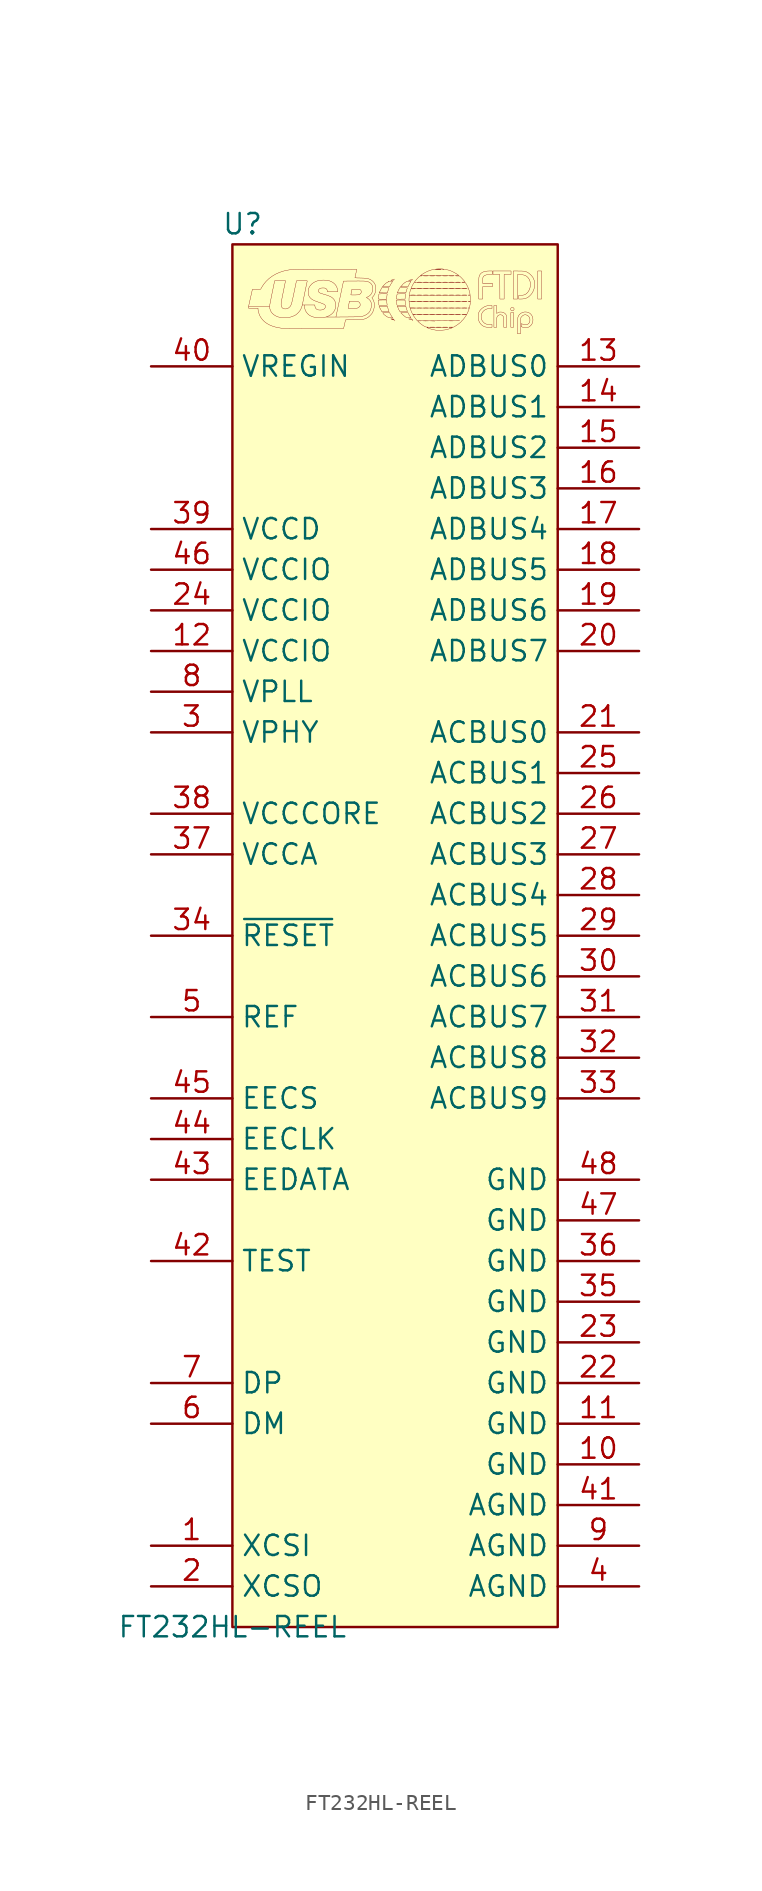
<source format=kicad_sym>
(kicad_symbol_lib
  (version 20241209)
  (generator "kicad_symbol_editor")
  (generator_version "9.0")
  (symbol "FT232HL-REEL"
    (property "Reference" "U"
      (at 0.635 87.63 0)
      (effects (font (size 1.27 1.27))))
    (property "Value" "FT232HL-REEL"
      (at 0 0 0)
      (effects (font (size 1.27 1.27))))
    (symbol "FT232HL-REEL_0_0"
      (polyline (pts (xy 6.985 81.28) (xy 6.998 81.337) (xy 7.017 81.42) (xy 7.034 81.495) (xy 7.046 81.55) (xy 7.067 81.643) (xy 7.597 81.653) (xy 7.645 81.653) (xy 7.789 81.656) (xy 7.907 81.659) (xy 8.003 81.663) (xy 8.081 81.668) (xy 8.145 81.676) (xy 8.199 81.685) (xy 8.247 81.698) (xy 8.293 81.714) (xy 8.341 81.734) (xy 8.395 81.759) (xy 8.467 81.801) (xy 8.556 81.87) (xy 8.641 81.953) (xy 8.714 82.04) (xy 8.765 82.125) (xy 8.822 82.268) (xy 8.856 82.416) (xy 8.868 82.563) (xy 8.858 82.703) (xy 8.824 82.831) (xy 8.768 82.943) (xy 8.715 83.023) (xy 8.777 83.088) (xy 8.82 83.139) (xy 8.882 83.237) (xy 8.922 83.349) (xy 8.942 83.477) (xy 8.945 83.627) (xy 8.942 83.675) (xy 8.937 83.745) (xy 8.929 83.798) (xy 8.915 83.843) (xy 8.896 83.888) (xy 8.868 83.937) (xy 8.802 84.021) (xy 8.72 84.096) (xy 8.634 84.153) (xy 8.605 84.167) (xy 8.545 84.194) (xy 8.485 84.214) (xy 8.421 84.23) (xy 8.345 84.241) (xy 8.255 84.249) (xy 8.143 84.254) (xy 8.005 84.257) (xy 7.955 84.259) (xy 7.852 84.261) (xy 7.775 84.264) (xy 7.721 84.267) (xy 7.685 84.271) (xy 7.665 84.276) (xy 7.657 84.282) (xy 7.657 84.291) (xy 7.658 84.297) (xy 7.666 84.332) (xy 7.679 84.389) (xy 7.695 84.461) (xy 7.713 84.543) (xy 7.721 84.578) (xy 7.738 84.656) (xy 7.753 84.722) (xy 7.763 84.769) (xy 7.769 84.792) (xy 7.765 84.793) (xy 7.735 84.797) (xy 7.676 84.799) (xy 7.593 84.802) (xy 7.485 84.804) (xy 7.356 84.805) (xy 7.209 84.806) (xy 7.044 84.807) (xy 6.865 84.808) (xy 6.673 84.808) (xy 6.47 84.808) (xy 6.26 84.807) (xy 6.043 84.807) (xy 5.823 84.806) (xy 5.602 84.804) (xy 5.38 84.803) (xy 5.162 84.801) (xy 4.949 84.799) (xy 4.743 84.797) (xy 4.546 84.794) (xy 4.361 84.791) (xy 4.189 84.789) (xy 4.034 84.785) (xy 3.896 84.782) (xy 3.779 84.779) (xy 3.684 84.775) (xy 3.614 84.772) (xy 3.571 84.768) (xy 3.459 84.751) (xy 3.193 84.692) (xy 2.94 84.608) (xy 2.703 84.501) (xy 2.484 84.371) (xy 2.284 84.221) (xy 2.106 84.051) (xy 1.95 83.862) (xy 1.819 83.656) (xy 1.766 83.559) (xy 1.508 83.555) (xy 1.25 83.55) (xy 1.121 82.98) (xy 1.119 82.969) (xy 1.09 82.84) (xy 1.063 82.721) (xy 1.04 82.615) (xy 1.02 82.525) (xy 1.008 82.469) (xy 2.32 82.469) (xy 2.32 82.473) (xy 2.325 82.506) (xy 2.335 82.567) (xy 2.35 82.651) (xy 2.369 82.755) (xy 2.393 82.877) (xy 2.42 83.012) (xy 2.449 83.158) (xy 2.48 83.312) (xy 2.641 84.09) (xy 2.981 84.09) (xy 3.321 84.09) (xy 3.313 84.054) (xy 3.311 84.044) (xy 3.303 84.005) (xy 3.289 83.94) (xy 3.272 83.854) (xy 3.25 83.749) (xy 3.226 83.628) (xy 3.199 83.496) (xy 3.171 83.355) (xy 3.147 83.238) (xy 3.118 83.093) (xy 3.095 82.974) (xy 3.077 82.876) (xy 3.063 82.798) (xy 3.054 82.735) (xy 3.047 82.685) (xy 3.044 82.645) (xy 3.044 82.612) (xy 3.045 82.582) (xy 3.049 82.545) (xy 3.073 82.457) (xy 3.116 82.393) (xy 3.18 82.35) (xy 3.266 82.329) (xy 3.281 82.328) (xy 3.381 82.332) (xy 3.471 82.364) (xy 3.555 82.426) (xy 3.561 82.431) (xy 3.589 82.46) (xy 3.615 82.491) (xy 3.638 82.526) (xy 3.659 82.569) (xy 3.679 82.621) (xy 3.7 82.687) (xy 3.723 82.769) (xy 3.747 82.87) (xy 3.774 82.993) (xy 3.806 83.141) (xy 3.843 83.316) (xy 3.855 83.377) (xy 3.884 83.514) (xy 3.91 83.642) (xy 3.934 83.757) (xy 3.955 83.856) (xy 3.971 83.935) (xy 3.983 83.991) (xy 3.989 84.019) (xy 4.002 84.082) (xy 4.343 84.086) (xy 4.41 84.087) (xy 4.506 84.088) (xy 4.575 84.087) (xy 4.623 84.086) (xy 4.654 84.083) (xy 4.67 84.078) (xy 4.676 84.072) (xy 4.675 84.063) (xy 4.673 84.059) (xy 4.666 84.027) (xy 4.653 83.969) (xy 4.636 83.89) (xy 4.616 83.792) (xy 4.592 83.681) (xy 4.567 83.56) (xy 4.541 83.434) (xy 4.515 83.305) (xy 4.489 83.179) (xy 4.465 83.059) (xy 4.442 82.949) (xy 4.423 82.853) (xy 4.408 82.775) (xy 4.398 82.72) (xy 4.393 82.691) (xy 4.386 82.65) (xy 4.367 82.573) (xy 4.493 82.573) (xy 4.819 82.573) (xy 5.146 82.573) (xy 5.156 82.497) (xy 5.173 82.422) (xy 5.216 82.348) (xy 5.28 82.296) (xy 5.367 82.266) (xy 5.476 82.256) (xy 5.485 82.256) (xy 5.595 82.267) (xy 5.684 82.295) (xy 5.751 82.338) (xy 5.792 82.396) (xy 5.806 82.466) (xy 5.806 82.476) (xy 5.801 82.523) (xy 5.79 82.558) (xy 5.782 82.57) (xy 5.75 82.599) (xy 5.697 82.63) (xy 5.622 82.663) (xy 5.521 82.701) (xy 5.392 82.745) (xy 5.286 82.781) (xy 5.149 82.834) (xy 5.037 82.887) (xy 4.947 82.944) (xy 4.876 83.005) (xy 4.82 83.074) (xy 4.776 83.152) (xy 4.765 83.175) (xy 4.75 83.217) (xy 4.741 83.262) (xy 4.736 83.318) (xy 4.735 83.395) (xy 4.735 83.407) (xy 4.736 83.477) (xy 4.74 83.528) (xy 4.75 83.57) (xy 4.767 83.614) (xy 4.794 83.671) (xy 4.854 83.769) (xy 4.952 83.88) (xy 5.073 83.973) (xy 5.216 84.047) (xy 5.377 84.1) (xy 5.378 84.1) (xy 5.464 84.115) (xy 5.571 84.124) (xy 5.687 84.127) (xy 5.804 84.124) (xy 5.91 84.115) (xy 5.996 84.1) (xy 6.029 84.092) (xy 6.174 84.038) (xy 6.299 83.963) (xy 6.404 83.871) (xy 6.484 83.763) (xy 6.539 83.641) (xy 6.567 83.507) (xy 6.577 83.402) (xy 6.254 83.402) (xy 5.931 83.402) (xy 5.931 83.445) (xy 5.927 83.48) (xy 5.897 83.546) (xy 5.839 83.601) (xy 5.815 83.615) (xy 5.779 83.628) (xy 5.732 83.635) (xy 5.664 83.636) (xy 5.657 83.636) (xy 5.592 83.634) (xy 5.535 83.628) (xy 5.498 83.62) (xy 5.433 83.582) (xy 5.391 83.533) (xy 5.373 83.476) (xy 5.379 83.419) (xy 5.41 83.366) (xy 5.468 83.325) (xy 5.478 83.32) (xy 5.526 83.302) (xy 5.593 83.28) (xy 5.673 83.254) (xy 5.759 83.229) (xy 5.796 83.219) (xy 5.943 83.173) (xy 6.063 83.126) (xy 6.161 83.078) (xy 6.24 83.025) (xy 6.304 82.966) (xy 6.358 82.898) (xy 6.383 82.858) (xy 6.434 82.739) (xy 6.458 82.61) (xy 6.457 82.477) (xy 6.429 82.345) (xy 6.376 82.219) (xy 6.298 82.103) (xy 6.203 82.009) (xy 6.074 81.918) (xy 5.926 81.848) (xy 5.832 81.821) (xy 6.466 81.821) (xy 6.527 82.115) (xy 6.53 82.128) (xy 6.547 82.208) (xy 6.569 82.313) (xy 6.596 82.439) (xy 6.626 82.582) (xy 6.659 82.737) (xy 6.693 82.901) (xy 6.729 83.07) (xy 6.764 83.238) (xy 6.94 84.066) (xy 7.612 84.07) (xy 7.702 84.071) (xy 7.867 84.072) (xy 8.005 84.071) (xy 8.12 84.07) (xy 8.215 84.067) (xy 8.292 84.062) (xy 8.355 84.055) (xy 8.408 84.046) (xy 8.452 84.034) (xy 8.492 84.019) (xy 8.531 84) (xy 8.571 83.978) (xy 8.639 83.928) (xy 8.707 83.847) (xy 8.751 83.748) (xy 8.771 83.634) (xy 8.764 83.511) (xy 8.76 83.487) (xy 8.723 83.356) (xy 8.662 83.246) (xy 8.578 83.156) (xy 8.47 83.088) (xy 8.369 83.038) (xy 8.445 82.994) (xy 8.463 82.983) (xy 8.547 82.916) (xy 8.614 82.835) (xy 8.658 82.749) (xy 8.68 82.646) (xy 8.682 82.528) (xy 8.666 82.404) (xy 8.632 82.284) (xy 8.583 82.177) (xy 8.558 82.139) (xy 8.476 82.051) (xy 8.37 81.973) (xy 8.244 81.908) (xy 8.102 81.86) (xy 8.099 81.859) (xy 8.072 81.853) (xy 8.039 81.848) (xy 7.997 81.844) (xy 7.945 81.84) (xy 7.878 81.837) (xy 7.795 81.835) (xy 7.691 81.832) (xy 7.565 81.831) (xy 7.414 81.829) (xy 7.234 81.827) (xy 6.466 81.821) (xy 5.832 81.821) (xy 5.762 81.801) (xy 5.661 81.784) (xy 5.481 81.77) (xy 5.303 81.777) (xy 5.133 81.803) (xy 4.977 81.848) (xy 4.841 81.912) (xy 4.793 81.944) (xy 4.706 82.021) (xy 4.629 82.112) (xy 4.572 82.205) (xy 4.546 82.269) (xy 4.519 82.362) (xy 4.5 82.456) (xy 4.493 82.538) (xy 4.493 82.573) (xy 4.367 82.573) (xy 4.361 82.549) (xy 4.327 82.442) (xy 4.287 82.342) (xy 4.245 82.26) (xy 4.218 82.219) (xy 4.142 82.123) (xy 4.055 82.034) (xy 3.966 81.962) (xy 3.939 81.945) (xy 3.854 81.901) (xy 3.753 81.859) (xy 3.647 81.824) (xy 3.545 81.799) (xy 3.497 81.791) (xy 3.392 81.782) (xy 3.275 81.778) (xy 3.155 81.781) (xy 3.044 81.788) (xy 2.953 81.802) (xy 2.836 81.835) (xy 2.705 81.892) (xy 2.589 81.966) (xy 2.491 82.052) (xy 2.419 82.147) (xy 2.418 82.149) (xy 2.381 82.225) (xy 2.35 82.312) (xy 2.328 82.397) (xy 2.32 82.469) (xy 1.008 82.469) (xy 1.005 82.455) (xy 0.996 82.409) (xy 0.992 82.39) (xy 0.995 82.385) (xy 1.011 82.379) (xy 1.047 82.375) (xy 1.104 82.372) (xy 1.186 82.371) (xy 1.297 82.37) (xy 1.601 82.37) (xy 1.601 82.31) (xy 1.606 82.253) (xy 1.623 82.166) (xy 1.65 82.07) (xy 1.683 81.975) (xy 1.72 81.891) (xy 1.757 81.824) (xy 1.865 81.671) (xy 1.998 81.536) (xy 2.156 81.418) (xy 2.339 81.318) (xy 2.545 81.236) (xy 2.773 81.173) (xy 3.024 81.129) (xy 3.038 81.127) (xy 3.073 81.124) (xy 3.119 81.121) (xy 3.178 81.119) (xy 3.249 81.116) (xy 3.336 81.114) (xy 3.44 81.112) (xy 3.562 81.111) (xy 3.704 81.11) (xy 3.868 81.109) (xy 4.054 81.108) (xy 4.266 81.107) (xy 4.504 81.106) (xy 4.77 81.106) (xy 5.066 81.106) (xy 6.945 81.104) (xy 6.985 81.28)) (stroke (width 0.01) (type default)) (fill (type color) (color 0 0 0 1)))
      (polyline (pts (xy 7.525 82.354) (xy 7.606 82.356) (xy 7.68 82.36) (xy 7.742 82.365) (xy 7.786 82.373) (xy 7.812 82.381) (xy 7.874 82.413) (xy 7.927 82.457) (xy 7.965 82.505) (xy 7.98 82.552) (xy 7.979 82.628) (xy 7.964 82.69) (xy 7.932 82.736) (xy 7.881 82.772) (xy 7.876 82.774) (xy 7.847 82.784) (xy 7.808 82.792) (xy 7.752 82.797) (xy 7.674 82.802) (xy 7.571 82.805) (xy 7.312 82.811) (xy 7.27 82.603) (xy 7.266 82.583) (xy 7.251 82.507) (xy 7.239 82.442) (xy 7.231 82.396) (xy 7.228 82.374) (xy 7.23 82.371) (xy 7.255 82.364) (xy 7.303 82.359) (xy 7.367 82.356) (xy 7.444 82.354) (xy 7.525 82.354)) (stroke (width 0.01) (type default)) (fill (type color) (color 0 0 0 1)))
      (polyline (pts (xy 7.659 83.2) (xy 7.734 83.202) (xy 7.803 83.205) (xy 7.857 83.21) (xy 7.893 83.216) (xy 7.935 83.231) (xy 7.998 83.274) (xy 8.037 83.331) (xy 8.051 83.398) (xy 8.036 83.469) (xy 8.03 83.481) (xy 8.011 83.509) (xy 7.983 83.53) (xy 7.941 83.544) (xy 7.881 83.553) (xy 7.798 83.557) (xy 7.689 83.558) (xy 7.467 83.558) (xy 7.434 83.39) (xy 7.423 83.333) (xy 7.411 83.273) (xy 7.403 83.23) (xy 7.4 83.21) (xy 7.4 83.21) (xy 7.415 83.205) (xy 7.455 83.201) (xy 7.513 83.199) (xy 7.583 83.199) (xy 7.659 83.2)) (stroke (width 0.01) (type default)) (fill (type color) (color 0 0 0 1)))
      (polyline (pts (xy 9.525 82.55) (xy 9.583 82.551) (xy 9.624 82.552) (xy 9.65 82.554) (xy 9.664 82.558) (xy 9.669 82.563) (xy 9.668 82.57) (xy 9.668 82.57) (xy 9.664 82.59) (xy 9.659 82.628) (xy 9.652 82.679) (xy 9.646 82.738) (xy 9.632 82.886) (xy 9.408 82.886) (xy 9.34 82.885) (xy 9.272 82.884) (xy 9.214 82.883) (xy 9.171 82.881) (xy 9.147 82.878) (xy 9.123 82.871) (xy 9.113 82.857) (xy 9.111 82.827) (xy 9.112 82.804) (xy 9.117 82.757) (xy 9.124 82.705) (xy 9.134 82.653) (xy 9.144 82.607) (xy 9.153 82.574) (xy 9.161 82.559) (xy 9.163 82.558) (xy 9.185 82.556) (xy 9.226 82.553) (xy 9.282 82.552) (xy 9.35 82.55) (xy 9.426 82.55) (xy 9.446 82.55) (xy 9.525 82.55)) (stroke (width 0.01) (type default)) (fill (type color) (color 194 0 0 1)))
      (polyline (pts (xy 9.646 83.081) (xy 9.646 83.081) (xy 9.652 83.14) (xy 9.658 83.191) (xy 9.664 83.229) (xy 9.668 83.249) (xy 9.668 83.25) (xy 9.669 83.257) (xy 9.663 83.262) (xy 9.648 83.266) (xy 9.621 83.268) (xy 9.579 83.269) (xy 9.519 83.27) (xy 9.438 83.27) (xy 9.429 83.27) (xy 9.354 83.269) (xy 9.288 83.268) (xy 9.233 83.267) (xy 9.194 83.265) (xy 9.175 83.263) (xy 9.169 83.261) (xy 9.158 83.251) (xy 9.15 83.232) (xy 9.143 83.198) (xy 9.135 83.144) (xy 9.132 83.122) (xy 9.125 83.067) (xy 9.118 83.021) (xy 9.113 82.99) (xy 9.112 82.984) (xy 9.111 82.959) (xy 9.12 82.948) (xy 9.147 82.942) (xy 9.168 82.941) (xy 9.211 82.939) (xy 9.268 82.938) (xy 9.336 82.936) (xy 9.41 82.936) (xy 9.633 82.934) (xy 9.646 83.081)) (stroke (width 0.01) (type default)) (fill (type color) (color 194 0 0 1)))
      (polyline (pts (xy 9.692 82.157) (xy 9.739 82.158) (xy 9.77 82.161) (xy 9.781 82.164) (xy 9.778 82.18) (xy 9.767 82.211) (xy 9.753 82.251) (xy 9.74 82.29) (xy 9.72 82.352) (xy 9.703 82.409) (xy 9.682 82.49) (xy 9.426 82.49) (xy 9.399 82.49) (xy 9.326 82.489) (xy 9.262 82.487) (xy 9.211 82.485) (xy 9.178 82.482) (xy 9.164 82.479) (xy 9.164 82.47) (xy 9.175 82.454) (xy 9.186 82.439) (xy 9.193 82.41) (xy 9.198 82.388) (xy 9.223 82.37) (xy 9.235 82.364) (xy 9.25 82.347) (xy 9.253 82.316) (xy 9.253 82.31) (xy 9.257 82.284) (xy 9.265 82.273) (xy 9.268 82.273) (xy 9.283 82.258) (xy 9.298 82.231) (xy 9.308 82.204) (xy 9.309 82.183) (xy 9.308 82.181) (xy 9.313 82.172) (xy 9.335 82.166) (xy 9.377 82.162) (xy 9.428 82.16) (xy 9.497 82.158) (xy 9.567 82.156) (xy 9.633 82.156) (xy 9.692 82.157)) (stroke (width 0.01) (type default)) (fill (type color) (color 194 0 0 1)))
      (polyline (pts (xy 9.703 83.41) (xy 9.715 83.451) (xy 9.734 83.513) (xy 9.753 83.567) (xy 9.767 83.606) (xy 9.778 83.635) (xy 9.781 83.648) (xy 9.781 83.648) (xy 9.766 83.65) (xy 9.731 83.652) (xy 9.68 83.653) (xy 9.617 83.654) (xy 9.544 83.654) (xy 9.539 83.654) (xy 9.464 83.653) (xy 9.403 83.652) (xy 9.357 83.65) (xy 9.33 83.647) (xy 9.324 83.643) (xy 9.332 83.636) (xy 9.327 83.625) (xy 9.317 83.613) (xy 9.3 83.583) (xy 9.277 83.54) (xy 9.251 83.49) (xy 9.227 83.443) (xy 9.203 83.4) (xy 9.184 83.37) (xy 9.172 83.357) (xy 9.162 83.351) (xy 9.171 83.341) (xy 9.172 83.34) (xy 9.194 83.338) (xy 9.235 83.335) (xy 9.291 83.333) (xy 9.358 83.331) (xy 9.434 83.33) (xy 9.682 83.329) (xy 9.703 83.41)) (stroke (width 0.01) (type default)) (fill (type color) (color 194 0 0 1)))
      (polyline (pts (xy 9.811 83.714) (xy 9.853 83.794) (xy 9.855 83.798) (xy 9.884 83.85) (xy 9.918 83.909) (xy 9.952 83.962) (xy 10.009 84.05) (xy 9.872 84.05) (xy 9.825 84.049) (xy 9.776 84.047) (xy 9.742 84.043) (xy 9.727 84.038) (xy 9.727 84.031) (xy 9.742 84.025) (xy 9.745 84.025) (xy 9.747 84.02) (xy 9.727 84.012) (xy 9.697 83.997) (xy 9.667 83.977) (xy 9.645 83.962) (xy 9.622 83.954) (xy 9.611 83.953) (xy 9.601 83.943) (xy 9.598 83.936) (xy 9.58 83.925) (xy 9.575 83.922) (xy 9.553 83.903) (xy 9.529 83.875) (xy 9.524 83.868) (xy 9.495 83.837) (xy 9.466 83.815) (xy 9.466 83.815) (xy 9.443 83.798) (xy 9.433 83.782) (xy 9.425 83.767) (xy 9.403 83.752) (xy 9.383 83.74) (xy 9.373 83.726) (xy 9.375 83.724) (xy 9.397 83.72) (xy 9.441 83.717) (xy 9.506 83.715) (xy 9.592 83.714) (xy 9.811 83.714)) (stroke (width 0.01) (type default)) (fill (type color) (color 194 0 0 1)))
      (polyline (pts (xy 9.952 81.857) (xy 9.949 81.861) (xy 9.915 81.916) (xy 9.881 81.974) (xy 9.853 82.025) (xy 9.811 82.105) (xy 9.661 82.104) (xy 9.611 82.103) (xy 9.556 82.101) (xy 9.503 82.098) (xy 9.455 82.095) (xy 9.415 82.092) (xy 9.389 82.088) (xy 9.379 82.085) (xy 9.389 82.083) (xy 9.404 82.075) (xy 9.417 82.049) (xy 9.427 82.026) (xy 9.457 81.992) (xy 9.508 81.949) (xy 9.558 81.911) (xy 9.611 81.871) (xy 9.651 81.843) (xy 9.676 81.826) (xy 9.685 81.824) (xy 9.685 81.824) (xy 9.695 81.822) (xy 9.716 81.81) (xy 9.747 81.794) (xy 9.785 81.781) (xy 9.786 81.781) (xy 9.819 81.776) (xy 9.866 81.772) (xy 9.916 81.771) (xy 10.009 81.769) (xy 9.952 81.857)) (stroke (width 0.01) (type default)) (fill (type color) (color 194 0 0 1)))
      (polyline (pts (xy 10.02 84.112) (xy 10.052 84.118) (xy 10.069 84.128) (xy 10.076 84.139) (xy 10.076 84.157) (xy 10.061 84.163) (xy 10.033 84.162) (xy 10.002 84.156) (xy 9.979 84.145) (xy 9.976 84.143) (xy 9.952 84.133) (xy 9.918 84.124) (xy 9.907 84.121) (xy 9.893 84.116) (xy 9.896 84.114) (xy 9.918 84.112) (xy 9.963 84.111) (xy 9.969 84.111) (xy 10.02 84.112)) (stroke (width 0.01) (type default)) (fill (type color) (color 194 0 0 1)))
      (polyline (pts (xy 10.085 81.654) (xy 10.085 81.677) (xy 10.065 81.694) (xy 10.023 81.705) (xy 9.961 81.708) (xy 9.949 81.707) (xy 9.915 81.706) (xy 9.897 81.703) (xy 9.9 81.701) (xy 9.921 81.694) (xy 9.944 81.679) (xy 10.021 81.679) (xy 10.027 81.685) (xy 10.034 81.679) (xy 10.027 81.673) (xy 10.021 81.679) (xy 9.944 81.679) (xy 9.946 81.678) (xy 9.966 81.667) (xy 9.998 81.661) (xy 10.023 81.658) (xy 10.04 81.649) (xy 10.049 81.641) (xy 10.07 81.639) (xy 10.085 81.654)) (stroke (width 0.01) (type default)) (fill (type color) (color 194 0 0 1)))
      (polyline (pts (xy 10.105 84.164) (xy 10.1 84.17) (xy 10.094 84.164) (xy 10.1 84.158) (xy 10.105 84.164)) (stroke (width 0.01) (type default)) (fill (type color) (color 194 0 0 1)))
      (polyline (pts (xy 10.105 81.643) (xy 10.1 81.649) (xy 10.094 81.643) (xy 10.1 81.637) (xy 10.105 81.643)) (stroke (width 0.01) (type default)) (fill (type color) (color 194 0 0 1)))
      (polyline (pts (xy 10.117 84.188) (xy 10.111 84.194) (xy 10.105 84.188) (xy 10.111 84.182) (xy 10.117 84.188)) (stroke (width 0.01) (type default)) (fill (type color) (color 194 0 0 1)))
      (polyline (pts (xy 10.127 81.595) (xy 10.126 81.609) (xy 10.122 81.611) (xy 10.117 81.601) (xy 10.118 81.595) (xy 10.126 81.593) (xy 10.127 81.595)) (stroke (width 0.01) (type default)) (fill (type color) (color 194 0 0 1)))
      (polyline (pts (xy 10.154 81.583) (xy 10.148 81.589) (xy 10.142 81.583) (xy 10.148 81.577) (xy 10.154 81.583)) (stroke (width 0.01) (type default)) (fill (type color) (color 194 0 0 1)))
      (polyline (pts (xy 10.55 82.939) (xy 10.784 82.94) (xy 10.791 83.042) (xy 10.792 83.05) (xy 10.796 83.108) (xy 10.802 83.164) (xy 10.807 83.207) (xy 10.816 83.27) (xy 10.566 83.27) (xy 10.545 83.27) (xy 10.471 83.269) (xy 10.405 83.267) (xy 10.353 83.265) (xy 10.316 83.263) (xy 10.3 83.26) (xy 10.297 83.257) (xy 10.286 83.235) (xy 10.278 83.203) (xy 10.277 83.195) (xy 10.267 83.149) (xy 10.254 83.104) (xy 10.252 83.096) (xy 10.242 83.047) (xy 10.238 83) (xy 10.238 82.982) (xy 10.241 82.958) (xy 10.252 82.947) (xy 10.277 82.942) (xy 10.277 82.942) (xy 10.302 82.941) (xy 10.346 82.94) (xy 10.405 82.939) (xy 10.474 82.938) (xy 10.55 82.939)) (stroke (width 0.01) (type default)) (fill (type color) (color 194 0 0 1)))
      (polyline (pts (xy 10.722 83.331) (xy 10.771 83.332) (xy 10.805 83.334) (xy 10.825 83.337) (xy 10.835 83.342) (xy 10.838 83.348) (xy 10.839 83.353) (xy 10.845 83.378) (xy 10.857 83.418) (xy 10.872 83.467) (xy 10.888 83.519) (xy 10.905 83.569) (xy 10.919 83.611) (xy 10.93 83.639) (xy 10.927 83.644) (xy 10.913 83.648) (xy 10.884 83.651) (xy 10.839 83.653) (xy 10.774 83.654) (xy 10.688 83.654) (xy 10.673 83.654) (xy 10.598 83.653) (xy 10.535 83.652) (xy 10.486 83.65) (xy 10.456 83.647) (xy 10.447 83.643) (xy 10.447 83.635) (xy 10.436 83.618) (xy 10.427 83.608) (xy 10.424 83.594) (xy 10.425 83.586) (xy 10.415 83.567) (xy 10.409 83.56) (xy 10.388 83.528) (xy 10.367 83.49) (xy 10.352 83.453) (xy 10.346 83.426) (xy 10.346 83.426) (xy 10.336 83.401) (xy 10.315 83.375) (xy 10.297 83.358) (xy 10.293 83.347) (xy 10.306 83.34) (xy 10.309 83.339) (xy 10.334 83.337) (xy 10.377 83.335) (xy 10.436 83.333) (xy 10.506 83.331) (xy 10.583 83.331) (xy 10.654 83.331) (xy 10.722 83.331)) (stroke (width 0.01) (type default)) (fill (type color) (color 194 0 0 1)))
      (polyline (pts (xy 10.807 82.613) (xy 10.806 82.618) (xy 10.801 82.664) (xy 10.796 82.721) (xy 10.791 82.778) (xy 10.784 82.88) (xy 10.568 82.883) (xy 10.509 82.884) (xy 10.438 82.884) (xy 10.376 82.883) (xy 10.328 82.882) (xy 10.299 82.879) (xy 10.246 82.872) (xy 10.252 82.749) (xy 10.257 82.685) (xy 10.266 82.625) (xy 10.278 82.588) (xy 10.298 82.55) (xy 10.557 82.55) (xy 10.816 82.55) (xy 10.807 82.613)) (stroke (width 0.01) (type default)) (fill (type color) (color 194 0 0 1)))
      (polyline (pts (xy 10.881 82.155) (xy 10.91 82.157) (xy 10.925 82.161) (xy 10.931 82.166) (xy 10.93 82.174) (xy 10.928 82.181) (xy 10.919 82.209) (xy 10.904 82.251) (xy 10.888 82.299) (xy 10.881 82.317) (xy 10.864 82.369) (xy 10.851 82.415) (xy 10.843 82.446) (xy 10.835 82.49) (xy 10.567 82.49) (xy 10.566 82.49) (xy 10.474 82.489) (xy 10.399 82.487) (xy 10.343 82.485) (xy 10.306 82.482) (xy 10.292 82.478) (xy 10.29 82.472) (xy 10.301 82.466) (xy 10.303 82.465) (xy 10.318 82.452) (xy 10.336 82.424) (xy 10.352 82.39) (xy 10.363 82.357) (xy 10.365 82.345) (xy 10.387 82.293) (xy 10.423 82.234) (xy 10.432 82.219) (xy 10.445 82.193) (xy 10.447 82.177) (xy 10.454 82.172) (xy 10.479 82.166) (xy 10.516 82.162) (xy 10.522 82.162) (xy 10.566 82.16) (xy 10.626 82.159) (xy 10.694 82.157) (xy 10.764 82.156) (xy 10.768 82.156) (xy 10.835 82.155) (xy 10.881 82.155)) (stroke (width 0.01) (type default)) (fill (type color) (color 194 0 0 1)))
      (polyline (pts (xy 10.994 84.116) (xy 10.988 84.122) (xy 10.982 84.116) (xy 10.988 84.11) (xy 10.994 84.116)) (stroke (width 0.01) (type default)) (fill (type color) (color 194 0 0 1)))
      (polyline (pts (xy 10.995 83.777) (xy 11.002 83.791) (xy 11.025 83.835) (xy 11.056 83.888) (xy 11.087 83.94) (xy 11.104 83.968) (xy 11.128 84.007) (xy 11.144 84.034) (xy 11.15 84.046) (xy 11.15 84.046) (xy 11.138 84.048) (xy 11.107 84.049) (xy 11.061 84.049) (xy 11.005 84.048) (xy 10.943 84.046) (xy 10.9 84.043) (xy 10.873 84.039) (xy 10.857 84.032) (xy 10.848 84.023) (xy 10.839 84.012) (xy 10.818 83.995) (xy 10.794 83.98) (xy 10.774 83.971) (xy 10.766 83.973) (xy 10.765 83.973) (xy 10.754 83.964) (xy 10.734 83.942) (xy 10.727 83.934) (xy 10.708 83.915) (xy 10.697 83.91) (xy 10.694 83.91) (xy 10.678 83.9) (xy 10.658 83.881) (xy 10.641 83.862) (xy 10.634 83.848) (xy 10.63 83.84) (xy 10.613 83.819) (xy 10.588 83.792) (xy 10.559 83.766) (xy 10.534 83.746) (xy 10.518 83.738) (xy 10.511 83.737) (xy 10.502 83.726) (xy 10.506 83.723) (xy 10.532 83.719) (xy 10.58 83.716) (xy 10.647 83.715) (xy 10.734 83.714) (xy 10.966 83.714) (xy 10.995 83.777)) (stroke (width 0.01) (type default)) (fill (type color) (color 194 0 0 1)))
      (polyline (pts (xy 11.107 84.114) (xy 11.153 84.115) (xy 11.188 84.118) (xy 11.209 84.123) (xy 11.221 84.132) (xy 11.23 84.146) (xy 11.235 84.157) (xy 11.241 84.175) (xy 11.231 84.177) (xy 11.203 84.165) (xy 11.17 84.152) (xy 11.132 84.141) (xy 11.127 84.14) (xy 11.089 84.132) (xy 11.048 84.123) (xy 11.037 84.121) (xy 11.026 84.117) (xy 11.032 84.114) (xy 11.059 84.114) (xy 11.107 84.114)) (stroke (width 0.01) (type default)) (fill (type color) (color 194 0 0 1)))
      (polyline (pts (xy 11.109 81.771) (xy 11.139 81.772) (xy 11.15 81.774) (xy 11.149 81.776) (xy 11.14 81.793) (xy 11.122 81.823) (xy 11.098 81.862) (xy 11.067 81.912) (xy 11.033 81.97) (xy 11.004 82.022) (xy 10.963 82.1) (xy 10.867 82.103) (xy 10.841 82.104) (xy 10.791 82.104) (xy 10.735 82.103) (xy 10.678 82.101) (xy 10.622 82.098) (xy 10.574 82.095) (xy 10.537 82.091) (xy 10.516 82.088) (xy 10.514 82.084) (xy 10.516 82.083) (xy 10.534 82.069) (xy 10.565 82.042) (xy 10.604 82.006) (xy 10.648 81.963) (xy 10.682 81.93) (xy 10.74 81.879) (xy 10.793 81.838) (xy 10.835 81.811) (xy 10.864 81.796) (xy 10.894 81.784) (xy 10.927 81.777) (xy 10.969 81.773) (xy 11.027 81.771) (xy 11.065 81.77) (xy 11.109 81.771)) (stroke (width 0.01) (type default)) (fill (type color) (color 194 0 0 1)))
      (polyline (pts (xy 11.242 81.657) (xy 11.231 81.676) (xy 11.222 81.688) (xy 11.208 81.696) (xy 11.185 81.701) (xy 11.149 81.704) (xy 11.094 81.705) (xy 11.052 81.705) (xy 11.02 81.704) (xy 11.011 81.702) (xy 11.026 81.698) (xy 11.036 81.696) (xy 11.07 81.687) (xy 11.092 81.677) (xy 11.112 81.666) (xy 11.144 81.658) (xy 11.175 81.654) (xy 11.214 81.651) (xy 11.236 81.651) (xy 11.242 81.657)) (stroke (width 0.01) (type default)) (fill (type color) (color 194 0 0 1)))
      (polyline (pts (xy 11.261 81.602) (xy 11.27 81.613) (xy 11.27 81.616) (xy 11.258 81.625) (xy 11.255 81.625) (xy 11.246 81.613) (xy 11.246 81.611) (xy 11.258 81.601) (xy 11.261 81.602)) (stroke (width 0.01) (type default)) (fill (type color) (color 194 0 0 1)))
      (polyline (pts (xy 12.948 80.994) (xy 13.035 80.997) (xy 13.121 81.002) (xy 13.202 81.008) (xy 13.272 81.016) (xy 13.324 81.024) (xy 13.358 81.031) (xy 13.425 81.048) (xy 13.498 81.069) (xy 13.57 81.091) (xy 13.636 81.113) (xy 13.691 81.134) (xy 13.728 81.15) (xy 13.73 81.152) (xy 13.742 81.159) (xy 13.743 81.164) (xy 13.729 81.167) (xy 13.697 81.168) (xy 13.644 81.169) (xy 13.614 81.169) (xy 13.568 81.172) (xy 13.535 81.176) (xy 13.521 81.181) (xy 13.525 81.186) (xy 13.55 81.19) (xy 13.598 81.192) (xy 13.668 81.193) (xy 13.822 81.193) (xy 13.924 81.254) (xy 13.975 81.285) (xy 14.037 81.328) (xy 14.1 81.373) (xy 14.161 81.419) (xy 14.216 81.463) (xy 14.263 81.504) (xy 14.299 81.538) (xy 14.32 81.564) (xy 14.324 81.578) (xy 14.323 81.584) (xy 14.335 81.589) (xy 14.344 81.593) (xy 14.367 81.614) (xy 14.399 81.648) (xy 14.438 81.694) (xy 14.479 81.748) (xy 14.522 81.806) (xy 14.562 81.865) (xy 14.629 81.967) (xy 14.483 81.971) (xy 14.461 81.971) (xy 14.393 81.975) (xy 14.348 81.979) (xy 14.327 81.984) (xy 14.33 81.989) (xy 14.356 81.993) (xy 14.406 81.996) (xy 14.479 81.998) (xy 14.645 81.998) (xy 14.693 82.101) (xy 14.699 82.115) (xy 14.726 82.175) (xy 14.751 82.236) (xy 14.769 82.287) (xy 14.798 82.37) (xy 14.762 82.37) (xy 14.737 82.373) (xy 14.727 82.382) (xy 14.737 82.39) (xy 14.762 82.394) (xy 14.789 82.396) (xy 14.804 82.403) (xy 14.805 82.406) (xy 14.812 82.43) (xy 14.821 82.47) (xy 14.831 82.521) (xy 14.841 82.576) (xy 14.851 82.631) (xy 14.858 82.679) (xy 14.862 82.715) (xy 14.867 82.778) (xy 14.797 82.778) (xy 14.766 82.779) (xy 14.738 82.783) (xy 14.727 82.79) (xy 14.735 82.795) (xy 14.761 82.8) (xy 14.799 82.802) (xy 14.871 82.802) (xy 14.871 82.907) (xy 14.871 82.914) (xy 14.87 82.976) (xy 14.867 83.04) (xy 14.863 83.093) (xy 14.856 83.174) (xy 14.798 83.174) (xy 14.779 83.174) (xy 14.748 83.179) (xy 14.733 83.186) (xy 14.733 83.19) (xy 14.75 83.196) (xy 14.786 83.198) (xy 14.813 83.198) (xy 14.832 83.201) (xy 14.842 83.211) (xy 14.845 83.23) (xy 14.841 83.262) (xy 14.83 83.311) (xy 14.812 83.38) (xy 14.811 83.383) (xy 14.793 83.456) (xy 14.778 83.508) (xy 14.765 83.544) (xy 14.755 83.567) (xy 14.744 83.58) (xy 14.731 83.587) (xy 14.731 83.587) (xy 14.717 83.596) (xy 14.726 83.605) (xy 14.728 83.607) (xy 14.731 83.618) (xy 14.727 83.639) (xy 14.713 83.675) (xy 14.688 83.728) (xy 14.675 83.755) (xy 14.646 83.813) (xy 14.616 83.868) (xy 14.591 83.91) (xy 14.547 83.978) (xy 14.44 83.978) (xy 14.417 83.978) (xy 14.372 83.981) (xy 14.339 83.985) (xy 14.325 83.99) (xy 14.325 83.991) (xy 14.335 83.997) (xy 14.367 84.001) (xy 14.42 84.002) (xy 14.44 84.002) (xy 14.482 84.004) (xy 14.512 84.007) (xy 14.523 84.012) (xy 14.522 84.014) (xy 14.511 84.034) (xy 14.487 84.065) (xy 14.453 84.106) (xy 14.414 84.153) (xy 14.371 84.2) (xy 14.329 84.246) (xy 14.291 84.286) (xy 14.259 84.317) (xy 14.183 84.386) (xy 14.053 84.386) (xy 14.017 84.387) (xy 13.966 84.389) (xy 13.934 84.393) (xy 13.923 84.398) (xy 13.924 84.4) (xy 13.943 84.406) (xy 13.98 84.409) (xy 14.032 84.41) (xy 14.061 84.41) (xy 14.102 84.411) (xy 14.124 84.414) (xy 14.131 84.419) (xy 14.127 84.428) (xy 14.123 84.432) (xy 14.096 84.454) (xy 14.054 84.483) (xy 14 84.518) (xy 13.94 84.554) (xy 13.877 84.59) (xy 13.816 84.623) (xy 13.762 84.65) (xy 13.692 84.683) (xy 13.603 84.719) (xy 13.524 84.746) (xy 13.449 84.763) (xy 13.372 84.774) (xy 13.287 84.779) (xy 13.282 84.78) (xy 13.224 84.782) (xy 13.176 84.786) (xy 13.141 84.791) (xy 13.125 84.795) (xy 13.123 84.798) (xy 13.132 84.805) (xy 13.161 84.808) (xy 13.185 84.809) (xy 13.192 84.811) (xy 13.178 84.814) (xy 13.143 84.821) (xy 13.108 84.825) (xy 13.053 84.828) (xy 12.988 84.829) (xy 12.917 84.828) (xy 12.847 84.826) (xy 12.781 84.822) (xy 12.725 84.816) (xy 12.683 84.809) (xy 12.661 84.802) (xy 12.657 84.799) (xy 12.642 84.794) (xy 12.716 84.794) (xy 12.725 84.799) (xy 12.756 84.803) (xy 12.809 84.806) (xy 12.884 84.806) (xy 12.959 84.806) (xy 13.013 84.803) (xy 13.044 84.799) (xy 13.053 84.794) (xy 13.052 84.794) (xy 13.037 84.789) (xy 13.001 84.786) (xy 12.949 84.783) (xy 12.884 84.782) (xy 12.882 84.782) (xy 12.817 84.783) (xy 12.766 84.786) (xy 12.731 84.79) (xy 12.716 84.794) (xy 12.642 84.794) (xy 12.619 84.787) (xy 12.564 84.782) (xy 12.513 84.778) (xy 12.43 84.761) (xy 12.335 84.732) (xy 12.232 84.692) (xy 12.125 84.644) (xy 12.018 84.588) (xy 11.913 84.527) (xy 11.817 84.462) (xy 11.745 84.41) (xy 11.802 84.41) (xy 11.82 84.41) (xy 11.846 84.406) (xy 11.852 84.398) (xy 11.912 84.398) (xy 11.92 84.403) (xy 11.951 84.407) (xy 12.005 84.409) (xy 12.08 84.41) (xy 12.155 84.409) (xy 12.209 84.407) (xy 12.24 84.403) (xy 12.248 84.398) (xy 12.314 84.398) (xy 12.314 84.399) (xy 12.328 84.403) (xy 12.363 84.407) (xy 12.417 84.409) (xy 12.489 84.41) (xy 12.563 84.409) (xy 12.617 84.407) (xy 12.648 84.403) (xy 12.656 84.398) (xy 12.716 84.398) (xy 12.725 84.403) (xy 12.756 84.407) (xy 12.809 84.409) (xy 12.884 84.41) (xy 12.959 84.409) (xy 13.013 84.407) (xy 13.044 84.403) (xy 13.052 84.398) (xy 13.112 84.398) (xy 13.122 84.404) (xy 13.155 84.407) (xy 13.21 84.409) (xy 13.287 84.41) (xy 13.291 84.41) (xy 13.367 84.409) (xy 13.421 84.407) (xy 13.452 84.403) (xy 13.461 84.398) (xy 13.521 84.398) (xy 13.529 84.403) (xy 13.56 84.407) (xy 13.614 84.409) (xy 13.689 84.41) (xy 13.763 84.409) (xy 13.817 84.407) (xy 13.848 84.403) (xy 13.857 84.398) (xy 13.857 84.398) (xy 13.841 84.393) (xy 13.806 84.389) (xy 13.754 84.387) (xy 13.689 84.386) (xy 13.686 84.386) (xy 13.622 84.387) (xy 13.57 84.39) (xy 13.535 84.393) (xy 13.521 84.398) (xy 13.461 84.398) (xy 13.46 84.398) (xy 13.443 84.393) (xy 13.406 84.389) (xy 13.353 84.387) (xy 13.287 84.386) (xy 13.28 84.386) (xy 13.214 84.387) (xy 13.162 84.39) (xy 13.127 84.394) (xy 13.113 84.398) (xy 13.112 84.398) (xy 13.052 84.398) (xy 13.053 84.398) (xy 13.052 84.398) (xy 13.037 84.393) (xy 13.001 84.389) (xy 12.949 84.387) (xy 12.884 84.386) (xy 12.882 84.386) (xy 12.817 84.387) (xy 12.766 84.39) (xy 12.731 84.393) (xy 12.716 84.398) (xy 12.656 84.398) (xy 12.656 84.398) (xy 12.639 84.393) (xy 12.602 84.389) (xy 12.548 84.387) (xy 12.482 84.386) (xy 12.412 84.387) (xy 12.359 84.389) (xy 12.326 84.393) (xy 12.314 84.398) (xy 12.248 84.398) (xy 12.248 84.398) (xy 12.233 84.393) (xy 12.197 84.389) (xy 12.145 84.387) (xy 12.08 84.386) (xy 12.078 84.386) (xy 12.013 84.387) (xy 11.962 84.39) (xy 11.927 84.393) (xy 11.912 84.398) (xy 11.852 84.398) (xy 11.844 84.394) (xy 11.817 84.388) (xy 11.779 84.386) (xy 11.762 84.386) (xy 11.737 84.384) (xy 11.716 84.377) (xy 11.693 84.363) (xy 11.664 84.338) (xy 11.623 84.299) (xy 11.603 84.28) (xy 11.562 84.238) (xy 11.519 84.191) (xy 11.477 84.142) (xy 11.438 84.097) (xy 11.407 84.057) (xy 11.386 84.028) (xy 11.378 84.011) (xy 11.378 84.011) (xy 11.389 84.005) (xy 11.415 84.002) (xy 11.416 84.002) (xy 11.439 83.999) (xy 11.444 83.99) (xy 11.516 83.99) (xy 11.523 83.995) (xy 11.553 83.999) (xy 11.605 84.001) (xy 11.678 84.002) (xy 11.747 84.001) (xy 11.801 83.999) (xy 11.832 83.995) (xy 11.84 83.99) (xy 11.912 83.99) (xy 11.92 83.995) (xy 11.951 83.999) (xy 12.005 84.001) (xy 12.08 84.002) (xy 12.155 84.001) (xy 12.209 83.999) (xy 12.24 83.995) (xy 12.248 83.99) (xy 12.32 83.99) (xy 12.327 83.995) (xy 12.357 83.999) (xy 12.409 84.001) (xy 12.482 84.002) (xy 12.551 84.001) (xy 12.605 83.999) (xy 12.636 83.995) (xy 12.644 83.99) (xy 12.716 83.99) (xy 12.725 83.995) (xy 12.756 83.999) (xy 12.809 84.001) (xy 12.884 84.002) (xy 12.959 84.001) (xy 13.013 83.999) (xy 13.044 83.995) (xy 13.053 83.99) (xy 13.124 83.99) (xy 13.131 83.995) (xy 13.161 83.999) (xy 13.213 84.001) (xy 13.287 84.002) (xy 13.356 84.001) (xy 13.409 83.999) (xy 13.44 83.995) (xy 13.449 83.99) (xy 13.521 83.99) (xy 13.529 83.995) (xy 13.56 83.999) (xy 13.614 84.001) (xy 13.689 84.002) (xy 13.763 84.001) (xy 13.817 83.999) (xy 13.848 83.995) (xy 13.857 83.99) (xy 13.929 83.99) (xy 13.936 83.995) (xy 13.965 83.999) (xy 14.017 84.001) (xy 14.091 84.002) (xy 14.16 84.001) (xy 14.213 83.999) (xy 14.245 83.995) (xy 14.253 83.99) (xy 14.239 83.985) (xy 14.204 83.981) (xy 14.154 83.979) (xy 14.091 83.978) (xy 14.029 83.979) (xy 13.978 83.981) (xy 13.943 83.985) (xy 13.929 83.99) (xy 13.857 83.99) (xy 13.857 83.99) (xy 13.841 83.985) (xy 13.806 83.981) (xy 13.754 83.979) (xy 13.689 83.978) (xy 13.686 83.978) (xy 13.622 83.979) (xy 13.57 83.981) (xy 13.535 83.985) (xy 13.521 83.99) (xy 13.449 83.99) (xy 13.435 83.985) (xy 13.4 83.981) (xy 13.35 83.979) (xy 13.287 83.978) (xy 13.225 83.979) (xy 13.174 83.981) (xy 13.139 83.985) (xy 13.124 83.99) (xy 13.053 83.99) (xy 13.052 83.99) (xy 13.037 83.985) (xy 13.001 83.981) (xy 12.949 83.979) (xy 12.884 83.978) (xy 12.882 83.978) (xy 12.817 83.979) (xy 12.766 83.981) (xy 12.731 83.985) (xy 12.716 83.99) (xy 12.644 83.99) (xy 12.63 83.985) (xy 12.596 83.981) (xy 12.545 83.979) (xy 12.482 83.978) (xy 12.421 83.979) (xy 12.37 83.981) (xy 12.335 83.985) (xy 12.32 83.99) (xy 12.248 83.99) (xy 12.248 83.99) (xy 12.233 83.985) (xy 12.197 83.981) (xy 12.145 83.979) (xy 12.08 83.978) (xy 12.078 83.978) (xy 12.013 83.979) (xy 11.962 83.981) (xy 11.927 83.985) (xy 11.912 83.99) (xy 11.84 83.99) (xy 11.826 83.985) (xy 11.792 83.981) (xy 11.741 83.979) (xy 11.678 83.978) (xy 11.616 83.979) (xy 11.565 83.981) (xy 11.531 83.985) (xy 11.516 83.99) (xy 11.444 83.99) (xy 11.443 83.988) (xy 11.423 83.981) (xy 11.392 83.978) (xy 11.384 83.978) (xy 11.362 83.975) (xy 11.345 83.964) (xy 11.328 83.942) (xy 11.304 83.903) (xy 11.29 83.878) (xy 11.259 83.822) (xy 11.229 83.764) (xy 11.202 83.709) (xy 11.181 83.664) (xy 11.169 83.633) (xy 11.168 83.632) (xy 11.166 83.621) (xy 11.168 83.614) (xy 11.18 83.609) (xy 11.205 83.607) (xy 11.246 83.606) (xy 11.307 83.606) (xy 11.324 83.606) (xy 11.387 83.604) (xy 11.426 83.601) (xy 11.443 83.596) (xy 11.44 83.594) (xy 11.51 83.594) (xy 11.51 83.594) (xy 11.523 83.599) (xy 11.558 83.603) (xy 11.613 83.605) (xy 11.685 83.606) (xy 11.759 83.605) (xy 11.812 83.603) (xy 11.844 83.599) (xy 11.852 83.594) (xy 11.912 83.594) (xy 11.92 83.599) (xy 11.951 83.603) (xy 12.005 83.605) (xy 12.079 83.606) (xy 12.085 83.606) (xy 12.156 83.605) (xy 12.209 83.603) (xy 12.243 83.599) (xy 12.254 83.594) (xy 12.314 83.594) (xy 12.314 83.594) (xy 12.328 83.599) (xy 12.363 83.603) (xy 12.417 83.605) (xy 12.489 83.606) (xy 12.563 83.605) (xy 12.617 83.603) (xy 12.648 83.599) (xy 12.656 83.594) (xy 12.716 83.594) (xy 12.725 83.599) (xy 12.756 83.603) (xy 12.809 83.605) (xy 12.884 83.606) (xy 12.959 83.605) (xy 13.013 83.603) (xy 13.044 83.599) (xy 13.053 83.594) (xy 13.118 83.594) (xy 13.119 83.594) (xy 13.132 83.599) (xy 13.167 83.603) (xy 13.221 83.605) (xy 13.293 83.606) (xy 13.367 83.605) (xy 13.421 83.603) (xy 13.452 83.599) (xy 13.461 83.594) (xy 13.521 83.594) (xy 13.529 83.599) (xy 13.56 83.603) (xy 13.614 83.605) (xy 13.689 83.606) (xy 13.763 83.605) (xy 13.817 83.603) (xy 13.848 83.599) (xy 13.857 83.594) (xy 13.917 83.594) (xy 13.925 83.599) (xy 13.956 83.603) (xy 14.009 83.605) (xy 14.084 83.606) (xy 14.09 83.606) (xy 14.161 83.605) (xy 14.214 83.603) (xy 14.247 83.599) (xy 14.259 83.594) (xy 14.325 83.594) (xy 14.333 83.599) (xy 14.364 83.603) (xy 14.418 83.605) (xy 14.493 83.606) (xy 14.568 83.605) (xy 14.621 83.603) (xy 14.653 83.599) (xy 14.661 83.594) (xy 14.661 83.594) (xy 14.645 83.589) (xy 14.61 83.585) (xy 14.558 83.583) (xy 14.493 83.582) (xy 14.49 83.582) (xy 14.426 83.583) (xy 14.374 83.585) (xy 14.339 83.589) (xy 14.325 83.594) (xy 14.259 83.594) (xy 14.247 83.589) (xy 14.214 83.585) (xy 14.161 83.583) (xy 14.091 83.582) (xy 14.084 83.582) (xy 14.018 83.583) (xy 13.966 83.585) (xy 13.931 83.589) (xy 13.917 83.594) (xy 13.857 83.594) (xy 13.857 83.594) (xy 13.841 83.589) (xy 13.806 83.585) (xy 13.754 83.583) (xy 13.689 83.582) (xy 13.686 83.582) (xy 13.622 83.583) (xy 13.57 83.585) (xy 13.535 83.589) (xy 13.521 83.594) (xy 13.461 83.594) (xy 13.46 83.593) (xy 13.443 83.589) (xy 13.406 83.585) (xy 13.352 83.583) (xy 13.286 83.582) (xy 13.216 83.583) (xy 13.163 83.585) (xy 13.13 83.589) (xy 13.118 83.594) (xy 13.053 83.594) (xy 13.052 83.594) (xy 13.037 83.589) (xy 13.001 83.585) (xy 12.949 83.583) (xy 12.884 83.582) (xy 12.882 83.582) (xy 12.817 83.583) (xy 12.766 83.585) (xy 12.731 83.589) (xy 12.716 83.594) (xy 12.656 83.594) (xy 12.656 83.593) (xy 12.639 83.589) (xy 12.602 83.585) (xy 12.548 83.583) (xy 12.482 83.582) (xy 12.412 83.583) (xy 12.359 83.585) (xy 12.326 83.589) (xy 12.314 83.594) (xy 12.254 83.594) (xy 12.243 83.589) (xy 12.21 83.585) (xy 12.157 83.583) (xy 12.087 83.582) (xy 12.079 83.582) (xy 12.014 83.583) (xy 11.962 83.585) (xy 11.927 83.589) (xy 11.912 83.594) (xy 11.852 83.594) (xy 11.852 83.593) (xy 11.835 83.589) (xy 11.798 83.585) (xy 11.744 83.583) (xy 11.677 83.582) (xy 11.608 83.583) (xy 11.555 83.585) (xy 11.522 83.589) (xy 11.51 83.594) (xy 11.44 83.594) (xy 11.437 83.591) (xy 11.409 83.586) (xy 11.36 83.582) (xy 11.289 83.579) (xy 11.146 83.576) (xy 11.118 83.493) (xy 11.099 83.431) (xy 11.067 83.292) (xy 11.052 83.186) (xy 11.108 83.186) (xy 11.116 83.191) (xy 11.147 83.195) (xy 11.201 83.197) (xy 11.276 83.198) (xy 11.351 83.197) (xy 11.404 83.195) (xy 11.436 83.191) (xy 11.444 83.186) (xy 11.516 83.186) (xy 11.523 83.191) (xy 11.553 83.195) (xy 11.605 83.197) (xy 11.678 83.198) (xy 11.747 83.197) (xy 11.801 83.195) (xy 11.832 83.191) (xy 11.84 83.186) (xy 11.912 83.186) (xy 11.92 83.191) (xy 11.951 83.195) (xy 12.005 83.197) (xy 12.08 83.198) (xy 12.155 83.197) (xy 12.209 83.195) (xy 12.24 83.191) (xy 12.248 83.186) (xy 12.32 83.186) (xy 12.327 83.191) (xy 12.357 83.195) (xy 12.409 83.197) (xy 12.482 83.198) (xy 12.551 83.197) (xy 12.605 83.195) (xy 12.636 83.191) (xy 12.644 83.186) (xy 12.716 83.186) (xy 12.725 83.191) (xy 12.756 83.195) (xy 12.809 83.197) (xy 12.884 83.198) (xy 12.959 83.197) (xy 13.013 83.195) (xy 13.044 83.191) (xy 13.052 83.186) (xy 13.124 83.186) (xy 13.133 83.191) (xy 13.165 83.195) (xy 13.219 83.197) (xy 13.295 83.198) (xy 13.302 83.198) (xy 13.376 83.197) (xy 13.425 83.195) (xy 13.452 83.191) (xy 13.455 83.186) (xy 13.521 83.186) (xy 13.521 83.186) (xy 13.529 83.191) (xy 13.561 83.195) (xy 13.615 83.197) (xy 13.691 83.198) (xy 13.698 83.198) (xy 13.772 83.197) (xy 13.822 83.195) (xy 13.848 83.191) (xy 13.851 83.186) (xy 13.929 83.186) (xy 13.936 83.191) (xy 13.965 83.195) (xy 14.017 83.197) (xy 14.091 83.198) (xy 14.16 83.197) (xy 14.213 83.195) (xy 14.245 83.191) (xy 14.253 83.186) (xy 14.325 83.186) (xy 14.334 83.191) (xy 14.365 83.195) (xy 14.419 83.197) (xy 14.495 83.198) (xy 14.502 83.198) (xy 14.576 83.197) (xy 14.626 83.195) (xy 14.652 83.191) (xy 14.655 83.186) (xy 14.649 83.183) (xy 14.621 83.179) (xy 14.578 83.176) (xy 14.527 83.174) (xy 14.471 83.174) (xy 14.418 83.175) (xy 14.372 83.177) (xy 14.339 83.181) (xy 14.325 83.186) (xy 14.325 83.186) (xy 14.253 83.186) (xy 14.253 83.186) (xy 14.239 83.181) (xy 14.204 83.177) (xy 14.154 83.175) (xy 14.091 83.174) (xy 14.029 83.175) (xy 13.978 83.177) (xy 13.943 83.181) (xy 13.929 83.186) (xy 13.851 83.186) (xy 13.844 83.183) (xy 13.816 83.179) (xy 13.774 83.176) (xy 13.722 83.174) (xy 13.667 83.174) (xy 13.614 83.175) (xy 13.568 83.177) (xy 13.535 83.181) (xy 13.521 83.186) (xy 13.455 83.186) (xy 13.448 83.183) (xy 13.42 83.179) (xy 13.378 83.176) (xy 13.326 83.174) (xy 13.271 83.174) (xy 13.218 83.175) (xy 13.172 83.177) (xy 13.139 83.181) (xy 13.124 83.186) (xy 13.124 83.186) (xy 13.052 83.186) (xy 13.053 83.186) (xy 13.052 83.186) (xy 13.037 83.181) (xy 13.001 83.177) (xy 12.949 83.175) (xy 12.884 83.174) (xy 12.882 83.174) (xy 12.817 83.175) (xy 12.766 83.177) (xy 12.731 83.181) (xy 12.716 83.186) (xy 12.644 83.186) (xy 12.63 83.181) (xy 12.596 83.177) (xy 12.545 83.175) (xy 12.482 83.174) (xy 12.421 83.175) (xy 12.37 83.177) (xy 12.335 83.181) (xy 12.32 83.186) (xy 12.248 83.186) (xy 12.248 83.186) (xy 12.233 83.181) (xy 12.197 83.177) (xy 12.145 83.175) (xy 12.08 83.174) (xy 12.078 83.174) (xy 12.013 83.175) (xy 11.962 83.177) (xy 11.927 83.181) (xy 11.912 83.186) (xy 11.84 83.186) (xy 11.826 83.181) (xy 11.792 83.177) (xy 11.741 83.175) (xy 11.678 83.174) (xy 11.616 83.175) (xy 11.565 83.177) (xy 11.531 83.181) (xy 11.516 83.186) (xy 11.444 83.186) (xy 11.444 83.186) (xy 11.428 83.181) (xy 11.393 83.177) (xy 11.341 83.175) (xy 11.276 83.174) (xy 11.273 83.174) (xy 11.209 83.175) (xy 11.157 83.177) (xy 11.123 83.181) (xy 11.108 83.186) (xy 11.052 83.186) (xy 11.045 83.139) (xy 11.033 82.979) (xy 11.033 82.978) (xy 11.031 82.907) (xy 11.03 82.856) (xy 11.032 82.824) (xy 11.036 82.807) (xy 11.042 82.802) (xy 11.05 82.799) (xy 11.046 82.79) (xy 11.108 82.79) (xy 11.116 82.795) (xy 11.147 82.799) (xy 11.2 82.801) (xy 11.275 82.802) (xy 11.281 82.802) (xy 11.352 82.801) (xy 11.405 82.798) (xy 11.438 82.795) (xy 11.45 82.79) (xy 11.51 82.79) (xy 11.51 82.79) (xy 11.523 82.795) (xy 11.558 82.799) (xy 11.613 82.801) (xy 11.685 82.802) (xy 11.759 82.801) (xy 11.812 82.799) (xy 11.844 82.795) (xy 11.852 82.79) (xy 11.912 82.79) (xy 11.92 82.795) (xy 11.951 82.799) (xy 12.005 82.801) (xy 12.08 82.802) (xy 12.155 82.801) (xy 12.209 82.799) (xy 12.24 82.795) (xy 12.248 82.79) (xy 12.314 82.79) (xy 12.314 82.79) (xy 12.328 82.795) (xy 12.363 82.799) (xy 12.417 82.801) (xy 12.489 82.802) (xy 12.563 82.801) (xy 12.617 82.799) (xy 12.648 82.795) (xy 12.656 82.79) (xy 12.716 82.79) (xy 12.725 82.795) (xy 12.756 82.799) (xy 12.809 82.801) (xy 12.884 82.802) (xy 12.959 82.801) (xy 13.013 82.799) (xy 13.044 82.795) (xy 13.053 82.79) (xy 13.113 82.79) (xy 13.12 82.795) (xy 13.152 82.799) (xy 13.205 82.801) (xy 13.28 82.802) (xy 13.286 82.802) (xy 13.356 82.801) (xy 13.409 82.798) (xy 13.443 82.795) (xy 13.455 82.79) (xy 13.521 82.79) (xy 13.529 82.795) (xy 13.56 82.799) (xy 13.614 82.801) (xy 13.689 82.802) (xy 13.763 82.801) (xy 13.817 82.799) (xy 13.848 82.795) (xy 13.857 82.79) (xy 13.917 82.79) (xy 13.925 82.795) (xy 13.956 82.799) (xy 14.009 82.801) (xy 14.084 82.802) (xy 14.09 82.802) (xy 14.161 82.801) (xy 14.214 82.798) (xy 14.247 82.795) (xy 14.259 82.79) (xy 14.325 82.79) (xy 14.333 82.795) (xy 14.364 82.799) (xy 14.418 82.801) (xy 14.493 82.802) (xy 14.568 82.801) (xy 14.621 82.799) (xy 14.653 82.795) (xy 14.661 82.79) (xy 14.661 82.79) (xy 14.645 82.785) (xy 14.61 82.781) (xy 14.558 82.779) (xy 14.493 82.778) (xy 14.49 82.778) (xy 14.426 82.779) (xy 14.374 82.781) (xy 14.339 82.785) (xy 14.325 82.79) (xy 14.259 82.79) (xy 14.247 82.785) (xy 14.214 82.781) (xy 14.161 82.778) (xy 14.091 82.778) (xy 14.084 82.778) (xy 14.018 82.779) (xy 13.966 82.781) (xy 13.931 82.785) (xy 13.917 82.79) (xy 13.857 82.79) (xy 13.857 82.79) (xy 13.841 82.785) (xy 13.806 82.781) (xy 13.754 82.779) (xy 13.689 82.778) (xy 13.686 82.778) (xy 13.622 82.779) (xy 13.57 82.781) (xy 13.535 82.785) (xy 13.521 82.79) (xy 13.455 82.79) (xy 13.443 82.785) (xy 13.41 82.781) (xy 13.357 82.778) (xy 13.287 82.778) (xy 13.28 82.778) (xy 13.214 82.779) (xy 13.162 82.781) (xy 13.127 82.785) (xy 13.113 82.79) (xy 13.053 82.79) (xy 13.052 82.79) (xy 13.037 82.785) (xy 13.001 82.781) (xy 12.949 82.779) (xy 12.884 82.778) (xy 12.882 82.778) (xy 12.817 82.779) (xy 12.766 82.781) (xy 12.731 82.785) (xy 12.716 82.79) (xy 12.656 82.79) (xy 12.656 82.789) (xy 12.639 82.784) (xy 12.602 82.781) (xy 12.548 82.778) (xy 12.482 82.778) (xy 12.412 82.778) (xy 12.359 82.781) (xy 12.326 82.785) (xy 12.314 82.79) (xy 12.248 82.79) (xy 12.248 82.79) (xy 12.233 82.785) (xy 12.197 82.781) (xy 12.145 82.779) (xy 12.08 82.778) (xy 12.078 82.778) (xy 12.013 82.779) (xy 11.962 82.781) (xy 11.927 82.785) (xy 11.912 82.79) (xy 11.852 82.79) (xy 11.852 82.789) (xy 11.835 82.784) (xy 11.798 82.781) (xy 11.744 82.778) (xy 11.677 82.778) (xy 11.608 82.778) (xy 11.555 82.781) (xy 11.522 82.785) (xy 11.51 82.79) (xy 11.45 82.79) (xy 11.438 82.785) (xy 11.405 82.781) (xy 11.352 82.778) (xy 11.283 82.778) (xy 11.275 82.778) (xy 11.21 82.779) (xy 11.158 82.781) (xy 11.123 82.785) (xy 11.108 82.79) (xy 11.046 82.79) (xy 11.044 82.786) (xy 11.039 82.765) (xy 11.039 82.723) (xy 11.045 82.662) (xy 11.057 82.584) (xy 11.073 82.493) (xy 11.093 82.394) (xy 11.274 82.394) (xy 11.306 82.394) (xy 11.372 82.392) (xy 11.416 82.39) (xy 11.439 82.386) (xy 11.442 82.382) (xy 11.516 82.382) (xy 11.523 82.386) (xy 11.553 82.39) (xy 11.605 82.393) (xy 11.678 82.394) (xy 11.747 82.393) (xy 11.801 82.391) (xy 11.832 82.387) (xy 11.84 82.382) (xy 11.912 82.382) (xy 11.92 82.387) (xy 11.951 82.391) (xy 12.005 82.393) (xy 12.08 82.394) (xy 12.155 82.393) (xy 12.209 82.391) (xy 12.24 82.387) (xy 12.248 82.382) (xy 12.32 82.382) (xy 12.327 82.386) (xy 12.357 82.39) (xy 12.409 82.393) (xy 12.482 82.394) (xy 12.551 82.393) (xy 12.605 82.391) (xy 12.636 82.387) (xy 12.644 82.382) (xy 12.716 82.382) (xy 12.725 82.387) (xy 12.756 82.391) (xy 12.809 82.393) (xy 12.884 82.394) (xy 12.959 82.393) (xy 13.013 82.391) (xy 13.044 82.387) (xy 13.053 82.382) (xy 13.124 82.382) (xy 13.131 82.386) (xy 13.161 82.39) (xy 13.213 82.393) (xy 13.287 82.394) (xy 13.356 82.393) (xy 13.409 82.391) (xy 13.44 82.387) (xy 13.449 82.382) (xy 13.521 82.382) (xy 13.529 82.387) (xy 13.56 82.391) (xy 13.614 82.393) (xy 13.689 82.394) (xy 13.763 82.393) (xy 13.817 82.391) (xy 13.848 82.387) (xy 13.857 82.382) (xy 13.929 82.382) (xy 13.936 82.386) (xy 13.965 82.39) (xy 14.017 82.393) (xy 14.091 82.394) (xy 14.16 82.393) (xy 14.213 82.391) (xy 14.245 82.387) (xy 14.253 82.382) (xy 14.325 82.382) (xy 14.333 82.387) (xy 14.364 82.391) (xy 14.418 82.393) (xy 14.493 82.394) (xy 14.568 82.393) (xy 14.621 82.391) (xy 14.653 82.387) (xy 14.661 82.382) (xy 14.661 82.381) (xy 14.645 82.377) (xy 14.61 82.373) (xy 14.558 82.37) (xy 14.493 82.37) (xy 14.49 82.37) (xy 14.426 82.371) (xy 14.374 82.373) (xy 14.339 82.377) (xy 14.325 82.382) (xy 14.253 82.382) (xy 14.239 82.377) (xy 14.204 82.373) (xy 14.154 82.371) (xy 14.091 82.37) (xy 14.029 82.37) (xy 13.978 82.373) (xy 13.943 82.377) (xy 13.929 82.382) (xy 13.857 82.382) (xy 13.857 82.381) (xy 13.841 82.377) (xy 13.806 82.373) (xy 13.754 82.37) (xy 13.689 82.37) (xy 13.686 82.37) (xy 13.622 82.371) (xy 13.57 82.373) (xy 13.535 82.377) (xy 13.521 82.382) (xy 13.449 82.382) (xy 13.435 82.377) (xy 13.4 82.373) (xy 13.35 82.371) (xy 13.287 82.37) (xy 13.225 82.37) (xy 13.174 82.373) (xy 13.139 82.377) (xy 13.124 82.382) (xy 13.053 82.382) (xy 13.052 82.381) (xy 13.037 82.377) (xy 13.001 82.373) (xy 12.949 82.37) (xy 12.884 82.37) (xy 12.882 82.37) (xy 12.817 82.371) (xy 12.766 82.373) (xy 12.731 82.377) (xy 12.716 82.382) (xy 12.644 82.382) (xy 12.63 82.377) (xy 12.596 82.373) (xy 12.545 82.371) (xy 12.482 82.37) (xy 12.421 82.37) (xy 12.37 82.373) (xy 12.335 82.377) (xy 12.32 82.382) (xy 12.248 82.382) (xy 12.248 82.381) (xy 12.233 82.377) (xy 12.197 82.373) (xy 12.145 82.37) (xy 12.08 82.37) (xy 12.078 82.37) (xy 12.013 82.371) (xy 11.962 82.373) (xy 11.927 82.377) (xy 11.912 82.382) (xy 11.84 82.382) (xy 11.826 82.377) (xy 11.792 82.373) (xy 11.741 82.371) (xy 11.678 82.37) (xy 11.616 82.37) (xy 11.565 82.373) (xy 11.531 82.377) (xy 11.516 82.382) (xy 11.442 82.382) (xy 11.442 82.381) (xy 11.43 82.377) (xy 11.395 82.373) (xy 11.34 82.371) (xy 11.266 82.372) (xy 11.247 82.372) (xy 11.19 82.373) (xy 11.144 82.374) (xy 11.113 82.374) (xy 11.102 82.374) (xy 11.102 82.37) (xy 11.11 82.346) (xy 11.124 82.307) (xy 11.142 82.259) (xy 11.162 82.206) (xy 11.183 82.155) (xy 11.202 82.111) (xy 11.217 82.079) (xy 11.258 81.998) (xy 11.354 81.998) (xy 11.39 81.997) (xy 11.43 81.993) (xy 11.447 81.987) (xy 11.445 81.985) (xy 11.51 81.985) (xy 11.51 81.986) (xy 11.523 81.991) (xy 11.558 81.994) (xy 11.613 81.997) (xy 11.685 81.998) (xy 11.759 81.997) (xy 11.812 81.994) (xy 11.844 81.991) (xy 11.852 81.985) (xy 11.912 81.985) (xy 11.92 81.991) (xy 11.951 81.994) (xy 12.005 81.997) (xy 12.08 81.998) (xy 12.155 81.997) (xy 12.209 81.994) (xy 12.24 81.991) (xy 12.248 81.985) (xy 12.314 81.985) (xy 12.314 81.986) (xy 12.326 81.99) (xy 12.359 81.994) (xy 12.412 81.997) (xy 12.482 81.998) (xy 12.482 81.998) (xy 12.553 81.997) (xy 12.605 81.994) (xy 12.639 81.99) (xy 12.65 81.985) (xy 12.716 81.985) (xy 12.725 81.991) (xy 12.756 81.994) (xy 12.809 81.997) (xy 12.884 81.998) (xy 12.959 81.997) (xy 13.013 81.994) (xy 13.044 81.991) (xy 13.053 81.985) (xy 13.118 81.985) (xy 13.118 81.986) (xy 13.13 81.99) (xy 13.164 81.994) (xy 13.216 81.997) (xy 13.287 81.998) (xy 13.287 81.998) (xy 13.357 81.997) (xy 13.41 81.994) (xy 13.443 81.99) (xy 13.455 81.985) (xy 13.521 81.985) (xy 13.529 81.991) (xy 13.56 81.994) (xy 13.614 81.997) (xy 13.689 81.998) (xy 13.763 81.997) (xy 13.817 81.994) (xy 13.848 81.991) (xy 13.857 81.985) (xy 13.917 81.985) (xy 13.925 81.991) (xy 13.956 81.994) (xy 14.009 81.997) (xy 14.084 81.998) (xy 14.09 81.997) (xy 14.161 81.996) (xy 14.214 81.994) (xy 14.247 81.99) (xy 14.259 81.985) (xy 14.247 81.981) (xy 14.214 81.977) (xy 14.161 81.974) (xy 14.091 81.973) (xy 14.084 81.974) (xy 14.018 81.975) (xy 13.966 81.977) (xy 13.931 81.981) (xy 13.917 81.985) (xy 13.857 81.985) (xy 13.857 81.985) (xy 13.841 81.981) (xy 13.806 81.977) (xy 13.754 81.974) (xy 13.689 81.973) (xy 13.686 81.973) (xy 13.622 81.974) (xy 13.57 81.977) (xy 13.535 81.981) (xy 13.521 81.985) (xy 13.455 81.985) (xy 13.443 81.98) (xy 13.409 81.977) (xy 13.357 81.974) (xy 13.287 81.973) (xy 13.286 81.973) (xy 13.216 81.974) (xy 13.164 81.977) (xy 13.13 81.98) (xy 13.118 81.985) (xy 13.053 81.985) (xy 13.052 81.985) (xy 13.037 81.981) (xy 13.001 81.977) (xy 12.949 81.974) (xy 12.884 81.973) (xy 12.882 81.973) (xy 12.817 81.974) (xy 12.766 81.977) (xy 12.731 81.981) (xy 12.716 81.985) (xy 12.65 81.985) (xy 12.639 81.98) (xy 12.605 81.977) (xy 12.552 81.974) (xy 12.482 81.973) (xy 12.482 81.973) (xy 12.412 81.974) (xy 12.359 81.977) (xy 12.326 81.98) (xy 12.314 81.985) (xy 12.248 81.985) (xy 12.248 81.985) (xy 12.233 81.981) (xy 12.197 81.977) (xy 12.145 81.974) (xy 12.08 81.973) (xy 12.078 81.973) (xy 12.013 81.974) (xy 11.962 81.977) (xy 11.927 81.981) (xy 11.912 81.985) (xy 11.852 81.985) (xy 11.852 81.985) (xy 11.835 81.98) (xy 11.798 81.977) (xy 11.744 81.974) (xy 11.677 81.973) (xy 11.608 81.974) (xy 11.555 81.977) (xy 11.522 81.98) (xy 11.51 81.985) (xy 11.445 81.985) (xy 11.441 81.981) (xy 11.412 81.975) (xy 11.36 81.971) (xy 11.27 81.967) (xy 11.341 81.859) (xy 11.357 81.835) (xy 11.399 81.776) (xy 11.442 81.718) (xy 11.48 81.67) (xy 11.548 81.589) (xy 11.7 81.587) (xy 11.829 81.585) (xy 11.909 81.585) (xy 11.921 81.587) (xy 11.953 81.589) (xy 11.998 81.59) (xy 12.051 81.59) (xy 12.107 81.59) (xy 12.161 81.589) (xy 12.206 81.587) (xy 12.239 81.585) (xy 12.244 81.584) (xy 12.308 81.584) (xy 12.48 81.587) (xy 12.551 81.587) (xy 12.605 81.586) (xy 12.612 81.585) (xy 12.777 81.585) (xy 12.798 81.586) (xy 12.852 81.588) (xy 12.919 81.588) (xy 12.978 81.586) (xy 12.994 81.585) (xy 12.995 81.585) (xy 13.18 81.585) (xy 13.2 81.586) (xy 13.245 81.588) (xy 13.312 81.588) (xy 13.37 81.586) (xy 13.527 81.586) (xy 13.528 81.588) (xy 13.546 81.59) (xy 13.581 81.592) (xy 13.631 81.592) (xy 13.689 81.591) (xy 13.752 81.589) (xy 13.815 81.585) (xy 13.82 81.585) (xy 13.985 81.585) (xy 14.004 81.586) (xy 14.049 81.588) (xy 14.117 81.588) (xy 14.178 81.586) (xy 14.193 81.585) (xy 14.197 81.584) (xy 14.18 81.583) (xy 14.144 81.582) (xy 14.091 81.582) (xy 14.053 81.582) (xy 14.011 81.583) (xy 13.988 81.584) (xy 13.985 81.585) (xy 13.82 81.585) (xy 13.822 81.585) (xy 13.818 81.583) (xy 13.794 81.582) (xy 13.753 81.581) (xy 13.698 81.579) (xy 13.673 81.579) (xy 13.616 81.58) (xy 13.569 81.581) (xy 13.538 81.583) (xy 13.527 81.586) (xy 13.37 81.586) (xy 13.374 81.586) (xy 13.389 81.585) (xy 13.393 81.584) (xy 13.376 81.583) (xy 13.34 81.582) (xy 13.287 81.582) (xy 13.249 81.582) (xy 13.207 81.583) (xy 13.184 81.584) (xy 13.18 81.585) (xy 12.995 81.585) (xy 12.996 81.584) (xy 12.977 81.583) (xy 12.939 81.582) (xy 12.884 81.582) (xy 12.842 81.582) (xy 12.801 81.583) (xy 12.779 81.584) (xy 12.777 81.585) (xy 12.612 81.585) (xy 12.636 81.582) (xy 12.644 81.577) (xy 12.642 81.573) (xy 12.635 81.568) (xy 12.634 81.568) (xy 12.616 81.57) (xy 12.58 81.572) (xy 12.53 81.575) (xy 12.47 81.577) (xy 12.308 81.584) (xy 12.244 81.584) (xy 12.253 81.583) (xy 12.251 81.582) (xy 12.231 81.58) (xy 12.194 81.579) (xy 12.142 81.578) (xy 12.08 81.577) (xy 12.049 81.577) (xy 11.992 81.578) (xy 11.947 81.58) (xy 11.918 81.582) (xy 11.909 81.585) (xy 11.829 81.585) (xy 11.852 81.584) (xy 11.717 81.58) (xy 11.668 81.578) (xy 11.624 81.575) (xy 11.593 81.571) (xy 11.582 81.567) (xy 11.588 81.555) (xy 11.611 81.53) (xy 11.646 81.496) (xy 11.692 81.456) (xy 11.745 81.413) (xy 11.8 81.37) (xy 11.856 81.329) (xy 11.908 81.294) (xy 11.961 81.26) (xy 12.012 81.231) (xy 12.053 81.211) (xy 12.09 81.2) (xy 12.127 81.195) (xy 12.17 81.193) (xy 12.213 81.192) (xy 12.242 81.188) (xy 12.248 81.181) (xy 12.308 81.181) (xy 12.318 81.186) (xy 12.351 81.19) (xy 12.406 81.192) (xy 12.482 81.193) (xy 12.487 81.193) (xy 12.563 81.192) (xy 12.617 81.19) (xy 12.648 81.186) (xy 12.656 81.181) (xy 12.716 81.181) (xy 12.725 81.186) (xy 12.756 81.19) (xy 12.809 81.192) (xy 12.884 81.193) (xy 12.959 81.192) (xy 13.013 81.19) (xy 13.044 81.186) (xy 13.052 81.181) (xy 13.112 81.181) (xy 13.122 81.186) (xy 13.155 81.19) (xy 13.21 81.192) (xy 13.287 81.193) (xy 13.291 81.193) (xy 13.367 81.192) (xy 13.421 81.19) (xy 13.452 81.186) (xy 13.461 81.181) (xy 13.46 81.181) (xy 13.443 81.176) (xy 13.406 81.172) (xy 13.353 81.17) (xy 13.287 81.169) (xy 13.28 81.169) (xy 13.214 81.17) (xy 13.162 81.173) (xy 13.127 81.176) (xy 13.113 81.181) (xy 13.112 81.181) (xy 13.052 81.181) (xy 13.053 81.181) (xy 13.052 81.181) (xy 13.037 81.176) (xy 13.001 81.172) (xy 12.949 81.17) (xy 12.884 81.169) (xy 12.882 81.169) (xy 12.817 81.17) (xy 12.766 81.173) (xy 12.731 81.176) (xy 12.716 81.181) (xy 12.656 81.181) (xy 12.656 81.181) (xy 12.639 81.176) (xy 12.602 81.172) (xy 12.549 81.17) (xy 12.482 81.169) (xy 12.475 81.169) (xy 12.41 81.17) (xy 12.358 81.173) (xy 12.323 81.176) (xy 12.308 81.181) (xy 12.308 81.181) (xy 12.248 81.181) (xy 12.248 81.181) (xy 12.245 81.178) (xy 12.223 81.172) (xy 12.191 81.169) (xy 12.173 81.168) (xy 12.153 81.167) (xy 12.153 81.162) (xy 12.17 81.152) (xy 12.22 81.129) (xy 12.291 81.103) (xy 12.376 81.076) (xy 12.469 81.051) (xy 12.566 81.029) (xy 12.66 81.01) (xy 12.746 80.997) (xy 12.749 80.996) (xy 12.8 80.993) (xy 12.868 80.992) (xy 12.948 80.994)) (stroke (width 0.01) (type default)) (fill (type color) (color 194 0 0 1)))
      (polyline (pts (xy 15.627 83.33) (xy 15.627 83.714) (xy 15.933 83.714) (xy 16.239 83.714) (xy 16.239 83.822) (xy 16.239 83.93) (xy 15.932 83.93) (xy 15.625 83.93) (xy 15.629 84.096) (xy 15.63 84.141) (xy 15.633 84.197) (xy 15.637 84.238) (xy 15.643 84.268) (xy 15.651 84.294) (xy 15.664 84.32) (xy 15.677 84.344) (xy 15.699 84.372) (xy 15.728 84.395) (xy 15.772 84.419) (xy 15.778 84.422) (xy 15.847 84.45) (xy 15.924 84.468) (xy 16.014 84.479) (xy 16.122 84.482) (xy 16.239 84.482) (xy 16.239 84.59) (xy 16.239 84.698) (xy 16.071 84.698) (xy 15.948 84.694) (xy 15.815 84.678) (xy 15.701 84.65) (xy 15.607 84.608) (xy 15.53 84.553) (xy 15.47 84.484) (xy 15.427 84.4) (xy 15.399 84.302) (xy 15.399 84.302) (xy 15.397 84.276) (xy 15.394 84.228) (xy 15.392 84.161) (xy 15.39 84.075) (xy 15.389 83.974) (xy 15.388 83.858) (xy 15.387 83.73) (xy 15.387 83.592) (xy 15.387 82.946) (xy 15.507 82.946) (xy 15.627 82.946) (xy 15.627 83.33)) (stroke (width 0.01) (type default)) (fill (type color) (color 0 0 0 1)))
      (polyline (pts (xy 16.215 81.268) (xy 16.215 81.355) (xy 16.074 81.356) (xy 16.027 81.357) (xy 15.942 81.363) (xy 15.871 81.378) (xy 15.809 81.401) (xy 15.751 81.435) (xy 15.739 81.443) (xy 15.682 81.494) (xy 15.63 81.555) (xy 15.59 81.616) (xy 15.566 81.674) (xy 15.547 81.749) (xy 15.537 81.824) (xy 15.537 81.889) (xy 15.543 81.926) (xy 15.575 82.032) (xy 15.626 82.126) (xy 15.694 82.205) (xy 15.778 82.27) (xy 15.876 82.318) (xy 15.987 82.347) (xy 16.108 82.358) (xy 16.215 82.358) (xy 16.215 82.448) (xy 16.215 82.538) (xy 16.11 82.537) (xy 16.09 82.537) (xy 15.99 82.533) (xy 15.906 82.52) (xy 15.829 82.498) (xy 15.753 82.466) (xy 15.709 82.442) (xy 15.601 82.371) (xy 15.51 82.288) (xy 15.437 82.195) (xy 15.386 82.096) (xy 15.371 82.046) (xy 15.359 81.973) (xy 15.353 81.89) (xy 15.352 81.806) (xy 15.357 81.727) (xy 15.368 81.66) (xy 15.371 81.651) (xy 15.411 81.538) (xy 15.469 81.438) (xy 15.542 81.35) (xy 15.627 81.279) (xy 15.722 81.227) (xy 15.825 81.195) (xy 15.829 81.195) (xy 15.866 81.19) (xy 15.92 81.187) (xy 15.984 81.184) (xy 16.05 81.183) (xy 16.215 81.181) (xy 16.215 81.268)) (stroke (width 0.01) (type default)) (fill (type color) (color 0 0 0 1)))
      (polyline (pts (xy 16.504 81.458) (xy 16.504 81.558) (xy 16.506 81.642) (xy 16.509 81.708) (xy 16.514 81.759) (xy 16.522 81.799) (xy 16.533 81.831) (xy 16.548 81.858) (xy 16.567 81.883) (xy 16.594 81.911) (xy 16.65 81.945) (xy 16.712 81.961) (xy 16.775 81.959) (xy 16.834 81.939) (xy 16.885 81.903) (xy 16.922 81.85) (xy 16.924 81.847) (xy 16.931 81.83) (xy 16.937 81.811) (xy 16.941 81.788) (xy 16.944 81.757) (xy 16.946 81.715) (xy 16.947 81.658) (xy 16.948 81.584) (xy 16.948 81.49) (xy 16.948 81.181) (xy 17.038 81.181) (xy 17.129 81.181) (xy 17.125 81.544) (xy 17.125 81.556) (xy 17.124 81.657) (xy 17.123 81.737) (xy 17.122 81.799) (xy 17.12 81.846) (xy 17.117 81.881) (xy 17.113 81.907) (xy 17.109 81.926) (xy 17.103 81.942) (xy 17.095 81.957) (xy 17.075 81.99) (xy 17.017 82.052) (xy 16.943 82.098) (xy 16.855 82.126) (xy 16.756 82.135) (xy 16.751 82.135) (xy 16.702 82.133) (xy 16.666 82.127) (xy 16.63 82.114) (xy 16.584 82.09) (xy 16.504 82.046) (xy 16.504 82.292) (xy 16.504 82.538) (xy 16.419 82.538) (xy 16.335 82.538) (xy 16.335 81.859) (xy 16.335 81.181) (xy 16.419 81.181) (xy 16.504 81.181) (xy 16.504 81.458)) (stroke (width 0.01) (type default)) (fill (type color) (color 0 0 0 1)))
      (polyline (pts (xy 16.972 83.714) (xy 16.972 84.482) (xy 17.188 84.482) (xy 17.404 84.482) (xy 17.404 84.59) (xy 17.404 84.698) (xy 16.84 84.698) (xy 16.276 84.698) (xy 16.276 84.591) (xy 16.276 84.483) (xy 16.489 84.48) (xy 16.702 84.476) (xy 16.705 83.711) (xy 16.708 82.946) (xy 16.84 82.946) (xy 16.972 82.946) (xy 16.972 83.714)) (stroke (width 0.01) (type default)) (fill (type color) (color 0 0 0 1)))
      (polyline (pts (xy 17.52 82.219) (xy 17.558 82.239) (xy 17.586 82.273) (xy 17.596 82.318) (xy 17.594 82.338) (xy 17.575 82.378) (xy 17.542 82.405) (xy 17.5 82.418) (xy 17.455 82.415) (xy 17.412 82.393) (xy 17.396 82.379) (xy 17.383 82.353) (xy 17.38 82.316) (xy 17.381 82.289) (xy 17.39 82.261) (xy 17.412 82.238) (xy 17.43 82.226) (xy 17.475 82.214) (xy 17.52 82.219)) (stroke (width 0.01) (type default)) (fill (type color) (color 0 0 0 1)))
      (polyline (pts (xy 17.56 81.643) (xy 17.56 82.106) (xy 17.476 82.106) (xy 17.392 82.106) (xy 17.392 81.643) (xy 17.392 81.181) (xy 17.476 81.181) (xy 17.56 81.181) (xy 17.56 81.643)) (stroke (width 0.01) (type default)) (fill (type color) (color 0 0 0 1)))
      (polyline (pts (xy 17.812 83.713) (xy 17.812 84.48) (xy 17.953 84.475) (xy 18.044 84.469) (xy 18.155 84.454) (xy 18.248 84.431) (xy 18.327 84.397) (xy 18.396 84.35) (xy 18.457 84.29) (xy 18.514 84.215) (xy 18.537 84.178) (xy 18.582 84.075) (xy 18.608 83.963) (xy 18.616 83.845) (xy 18.606 83.726) (xy 18.578 83.609) (xy 18.532 83.498) (xy 18.469 83.396) (xy 18.432 83.35) (xy 18.366 83.283) (xy 18.297 83.235) (xy 18.22 83.203) (xy 18.13 83.186) (xy 18.022 83.18) (xy 17.89 83.18) (xy 17.887 83.063) (xy 17.883 82.946) (xy 18.026 82.946) (xy 18.125 82.949) (xy 18.248 82.967) (xy 18.358 83.001) (xy 18.458 83.052) (xy 18.551 83.124) (xy 18.643 83.216) (xy 18.718 83.314) (xy 18.787 83.437) (xy 18.837 83.568) (xy 18.869 83.705) (xy 18.881 83.845) (xy 18.874 83.983) (xy 18.847 84.116) (xy 18.799 84.242) (xy 18.775 84.285) (xy 18.722 84.358) (xy 18.657 84.432) (xy 18.584 84.502) (xy 18.51 84.562) (xy 18.439 84.606) (xy 18.409 84.622) (xy 18.369 84.642) (xy 18.332 84.657) (xy 18.296 84.669) (xy 18.257 84.678) (xy 18.211 84.684) (xy 18.156 84.689) (xy 18.086 84.692) (xy 18 84.694) (xy 17.893 84.695) (xy 17.548 84.7) (xy 17.548 83.823) (xy 17.548 82.946) (xy 17.68 82.946) (xy 17.812 82.946) (xy 17.812 83.713)) (stroke (width 0.01) (type default)) (fill (type color) (color 0 0 0 1)))
      (polyline (pts (xy 17.994 81.256) (xy 17.995 81.345) (xy 17.996 81.45) (xy 17.997 81.535) (xy 17.998 81.602) (xy 18 81.655) (xy 18.002 81.694) (xy 18.005 81.724) (xy 18.008 81.746) (xy 18.012 81.762) (xy 18.018 81.776) (xy 18.024 81.789) (xy 18.033 81.804) (xy 18.07 81.85) (xy 18.115 81.894) (xy 18.163 81.929) (xy 18.207 81.949) (xy 18.259 81.96) (xy 18.339 81.957) (xy 18.414 81.931) (xy 18.485 81.881) (xy 18.51 81.855) (xy 18.554 81.793) (xy 18.578 81.722) (xy 18.585 81.637) (xy 18.582 81.596) (xy 18.564 81.513) (xy 18.529 81.444) (xy 18.478 81.391) (xy 18.413 81.356) (xy 18.373 81.344) (xy 18.308 81.338) (xy 18.238 81.345) (xy 18.156 81.366) (xy 18.061 81.403) (xy 18.056 81.405) (xy 18.047 81.403) (xy 18.043 81.391) (xy 18.041 81.363) (xy 18.04 81.316) (xy 18.04 81.22) (xy 18.115 81.192) (xy 18.116 81.191) (xy 18.184 81.173) (xy 18.265 81.163) (xy 18.348 81.162) (xy 18.426 81.17) (xy 18.49 81.186) (xy 18.505 81.193) (xy 18.559 81.226) (xy 18.616 81.272) (xy 18.666 81.325) (xy 18.705 81.378) (xy 18.706 81.38) (xy 18.745 81.47) (xy 18.768 81.57) (xy 18.772 81.673) (xy 18.759 81.774) (xy 18.729 81.865) (xy 18.702 81.916) (xy 18.642 81.999) (xy 18.57 82.062) (xy 18.484 82.106) (xy 18.384 82.132) (xy 18.355 82.135) (xy 18.244 82.136) (xy 18.139 82.113) (xy 18.042 82.068) (xy 17.953 82) (xy 17.898 81.939) (xy 17.852 81.858) (xy 17.825 81.764) (xy 17.824 81.754) (xy 17.82 81.713) (xy 17.817 81.651) (xy 17.815 81.57) (xy 17.813 81.472) (xy 17.812 81.359) (xy 17.812 81.233) (xy 17.812 80.773) (xy 17.901 80.773) (xy 17.991 80.773) (xy 17.994 81.256)) (stroke (width 0.01) (type default)) (fill (type color) (color 0 0 0 1)))
      (polyline (pts (xy 19.312 83.822) (xy 19.312 84.698) (xy 19.192 84.698) (xy 19.072 84.698) (xy 19.072 83.822) (xy 19.072 82.946) (xy 19.192 82.946) (xy 19.312 82.946) (xy 19.312 83.822)) (stroke (width 0.01) (type default)) (fill (type color) (color 0 0 0 1))))
    (symbol "FT232HL-REEL_1_1"
      (rectangle (start 0 86.36) (end 20.32 0) (stroke (width 0) (type solid)) (fill (type background)))
      (pin power_in line (at -5.08 78.74 0) (length 5.08) (name "VREGIN" (effects (font (size 1.27 1.27)))) (number "40" (effects (font (size 1.27 1.27)))))
      (pin power_in line (at -5.08 68.58 0) (length 5.08) (name "VCCD" (effects (font (size 1.27 1.27)))) (number "39" (effects (font (size 1.27 1.27)))))
      (pin power_in line (at -5.08 66.04 0) (length 5.08) (name "VCCIO" (effects (font (size 1.27 1.27)))) (number "46" (effects (font (size 1.27 1.27)))))
      (pin power_in line (at -5.08 63.5 0) (length 5.08) (name "VCCIO" (effects (font (size 1.27 1.27)))) (number "24" (effects (font (size 1.27 1.27)))))
      (pin power_in line (at -5.08 60.96 0) (length 5.08) (name "VCCIO" (effects (font (size 1.27 1.27)))) (number "12" (effects (font (size 1.27 1.27)))))
      (pin power_in line (at -5.08 58.42 0) (length 5.08) (name "VPLL" (effects (font (size 1.27 1.27)))) (number "8" (effects (font (size 1.27 1.27)))))
      (pin power_in line (at -5.08 55.88 0) (length 5.08) (name "VPHY" (effects (font (size 1.27 1.27)))) (number "3" (effects (font (size 1.27 1.27)))))
      (pin power_out line (at -5.08 50.8 0) (length 5.08) (name "VCCCORE" (effects (font (size 1.27 1.27)))) (number "38" (effects (font (size 1.27 1.27)))))
      (pin power_out line (at -5.08 48.26 0) (length 5.08) (name "VCCA" (effects (font (size 1.27 1.27)))) (number "37" (effects (font (size 1.27 1.27)))))
      (pin input line (at -5.08 43.18 0) (length 5.08) (name "~{RESET}" (effects (font (size 1.27 1.27)))) (number "34" (effects (font (size 1.27 1.27)))))
      (pin input line (at -5.08 38.1 0) (length 5.08) (name "REF" (effects (font (size 1.27 1.27)))) (number "5" (effects (font (size 1.27 1.27)))))
      (pin input line (at -5.08 33.02 0) (length 5.08) (name "EECS" (effects (font (size 1.27 1.27)))) (number "45" (effects (font (size 1.27 1.27)))))
      (pin input line (at -5.08 30.48 0) (length 5.08) (name "EECLK" (effects (font (size 1.27 1.27)))) (number "44" (effects (font (size 1.27 1.27)))))
      (pin bidirectional line (at -5.08 27.94 0) (length 5.08) (name "EEDATA" (effects (font (size 1.27 1.27)))) (number "43" (effects (font (size 1.27 1.27)))))
      (pin input line (at -5.08 22.86 0) (length 5.08) (name "TEST" (effects (font (size 1.27 1.27)))) (number "42" (effects (font (size 1.27 1.27)))))
      (pin bidirectional line (at -5.08 15.24 0) (length 5.08) (name "DP" (effects (font (size 1.27 1.27)))) (number "7" (effects (font (size 1.27 1.27)))))
      (pin bidirectional line (at -5.08 12.7 0) (length 5.08) (name "DM" (effects (font (size 1.27 1.27)))) (number "6" (effects (font (size 1.27 1.27)))))
      (pin input line (at -5.08 5.08 0) (length 5.08) (name "XCSI" (effects (font (size 1.27 1.27)))) (number "1" (effects (font (size 1.27 1.27)))))
      (pin output line (at -5.08 2.54 0) (length 5.08) (name "XCSO" (effects (font (size 1.27 1.27)))) (number "2" (effects (font (size 1.27 1.27)))))
      (pin bidirectional line (at 25.4 78.74 180) (length 5.08) (name "ADBUS0" (effects (font (size 1.27 1.27)))) (number "13" (effects (font (size 1.27 1.27)))))
      (pin bidirectional line (at 25.4 76.2 180) (length 5.08) (name "ADBUS1" (effects (font (size 1.27 1.27)))) (number "14" (effects (font (size 1.27 1.27)))))
      (pin bidirectional line (at 25.4 73.66 180) (length 5.08) (name "ADBUS2" (effects (font (size 1.27 1.27)))) (number "15" (effects (font (size 1.27 1.27)))))
      (pin bidirectional line (at 25.4 71.12 180) (length 5.08) (name "ADBUS3" (effects (font (size 1.27 1.27)))) (number "16" (effects (font (size 1.27 1.27)))))
      (pin bidirectional line (at 25.4 68.58 180) (length 5.08) (name "ADBUS4" (effects (font (size 1.27 1.27)))) (number "17" (effects (font (size 1.27 1.27)))))
      (pin bidirectional line (at 25.4 66.04 180) (length 5.08) (name "ADBUS5" (effects (font (size 1.27 1.27)))) (number "18" (effects (font (size 1.27 1.27)))))
      (pin bidirectional line (at 25.4 63.5 180) (length 5.08) (name "ADBUS6" (effects (font (size 1.27 1.27)))) (number "19" (effects (font (size 1.27 1.27)))))
      (pin bidirectional line (at 25.4 60.96 180) (length 5.08) (name "ADBUS7" (effects (font (size 1.27 1.27)))) (number "20" (effects (font (size 1.27 1.27)))))
      (pin bidirectional line (at 25.4 55.88 180) (length 5.08) (name "ACBUS0" (effects (font (size 1.27 1.27)))) (number "21" (effects (font (size 1.27 1.27)))))
      (pin bidirectional line (at 25.4 53.34 180) (length 5.08) (name "ACBUS1" (effects (font (size 1.27 1.27)))) (number "25" (effects (font (size 1.27 1.27)))))
      (pin bidirectional line (at 25.4 50.8 180) (length 5.08) (name "ACBUS2" (effects (font (size 1.27 1.27)))) (number "26" (effects (font (size 1.27 1.27)))))
      (pin bidirectional line (at 25.4 48.26 180) (length 5.08) (name "ACBUS3" (effects (font (size 1.27 1.27)))) (number "27" (effects (font (size 1.27 1.27)))))
      (pin bidirectional line (at 25.4 45.72 180) (length 5.08) (name "ACBUS4" (effects (font (size 1.27 1.27)))) (number "28" (effects (font (size 1.27 1.27)))))
      (pin bidirectional line (at 25.4 43.18 180) (length 5.08) (name "ACBUS5" (effects (font (size 1.27 1.27)))) (number "29" (effects (font (size 1.27 1.27)))))
      (pin bidirectional line (at 25.4 40.64 180) (length 5.08) (name "ACBUS6" (effects (font (size 1.27 1.27)))) (number "30" (effects (font (size 1.27 1.27)))))
      (pin bidirectional line (at 25.4 38.1 180) (length 5.08) (name "ACBUS7" (effects (font (size 1.27 1.27)))) (number "31" (effects (font (size 1.27 1.27)))))
      (pin bidirectional line (at 25.4 35.56 180) (length 5.08) (name "ACBUS8" (effects (font (size 1.27 1.27)))) (number "32" (effects (font (size 1.27 1.27)))))
      (pin bidirectional line (at 25.4 33.02 180) (length 5.08) (name "ACBUS9" (effects (font (size 1.27 1.27)))) (number "33" (effects (font (size 1.27 1.27)))))
      (pin power_in line (at 25.4 27.94 180) (length 5.08) (name "GND" (effects (font (size 1.27 1.27)))) (number "48" (effects (font (size 1.27 1.27)))))
      (pin power_in line (at 25.4 25.4 180) (length 5.08) (name "GND" (effects (font (size 1.27 1.27)))) (number "47" (effects (font (size 1.27 1.27)))))
      (pin power_in line (at 25.4 22.86 180) (length 5.08) (name "GND" (effects (font (size 1.27 1.27)))) (number "36" (effects (font (size 1.27 1.27)))))
      (pin power_in line (at 25.4 20.32 180) (length 5.08) (name "GND" (effects (font (size 1.27 1.27)))) (number "35" (effects (font (size 1.27 1.27)))))
      (pin power_in line (at 25.4 17.78 180) (length 5.08) (name "GND" (effects (font (size 1.27 1.27)))) (number "23" (effects (font (size 1.27 1.27)))))
      (pin power_in line (at 25.4 15.24 180) (length 5.08) (name "GND" (effects (font (size 1.27 1.27)))) (number "22" (effects (font (size 1.27 1.27)))))
      (pin power_in line (at 25.4 12.7 180) (length 5.08) (name "GND" (effects (font (size 1.27 1.27)))) (number "11" (effects (font (size 1.27 1.27)))))
      (pin power_in line (at 25.4 10.16 180) (length 5.08) (name "GND" (effects (font (size 1.27 1.27)))) (number "10" (effects (font (size 1.27 1.27)))))
      (pin power_in line (at 25.4 7.62 180) (length 5.08) (name "AGND" (effects (font (size 1.27 1.27)))) (number "41" (effects (font (size 1.27 1.27)))))
      (pin power_in line (at 25.4 5.08 180) (length 5.08) (name "AGND" (effects (font (size 1.27 1.27)))) (number "9" (effects (font (size 1.27 1.27)))))
      (pin power_in line (at 25.4 2.54 180) (length 5.08) (name "AGND" (effects (font (size 1.27 1.27)))) (number "4" (effects (font (size 1.27 1.27))))))))
</source>
